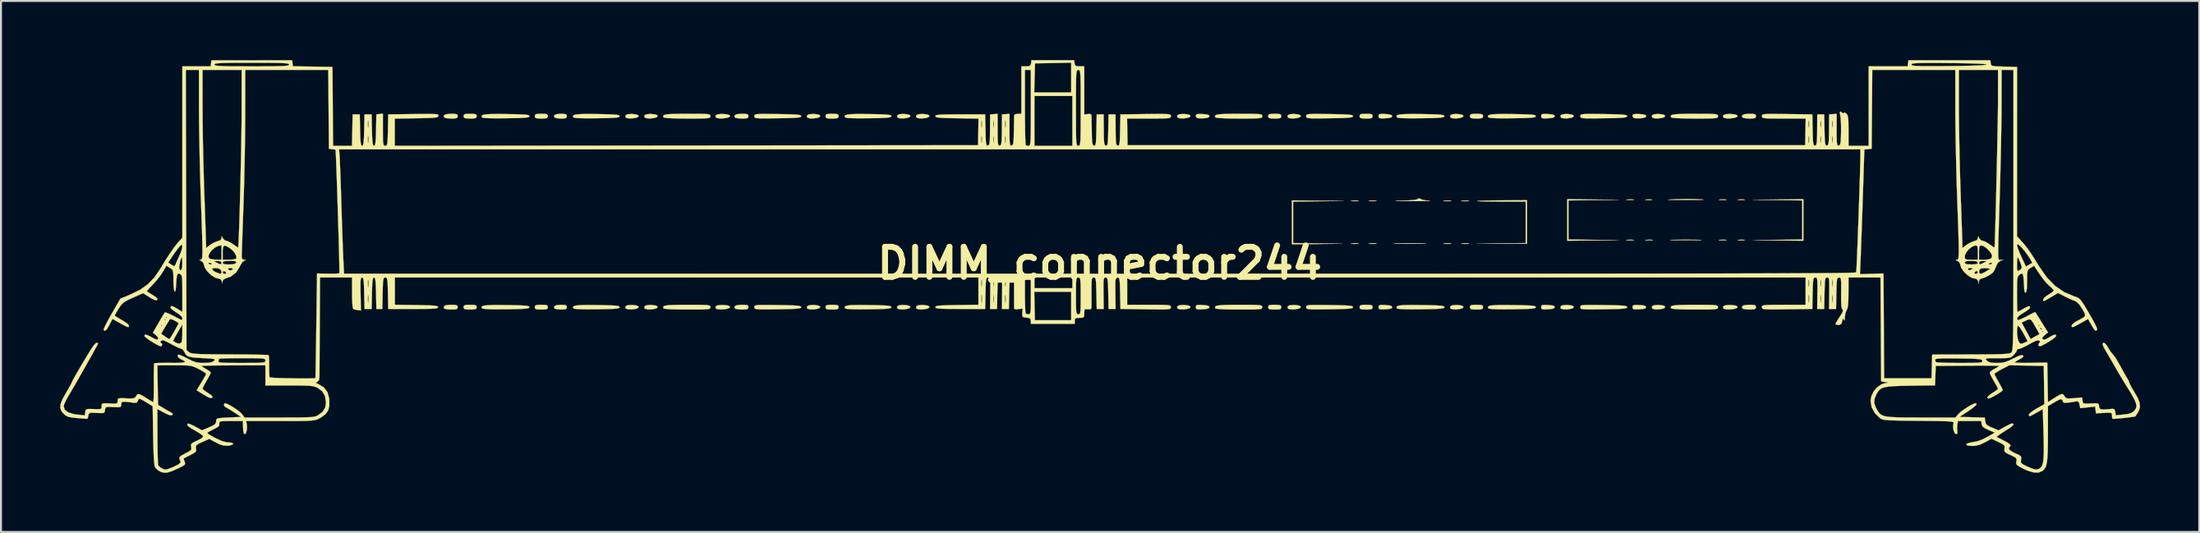
<source format=kicad_pcb>
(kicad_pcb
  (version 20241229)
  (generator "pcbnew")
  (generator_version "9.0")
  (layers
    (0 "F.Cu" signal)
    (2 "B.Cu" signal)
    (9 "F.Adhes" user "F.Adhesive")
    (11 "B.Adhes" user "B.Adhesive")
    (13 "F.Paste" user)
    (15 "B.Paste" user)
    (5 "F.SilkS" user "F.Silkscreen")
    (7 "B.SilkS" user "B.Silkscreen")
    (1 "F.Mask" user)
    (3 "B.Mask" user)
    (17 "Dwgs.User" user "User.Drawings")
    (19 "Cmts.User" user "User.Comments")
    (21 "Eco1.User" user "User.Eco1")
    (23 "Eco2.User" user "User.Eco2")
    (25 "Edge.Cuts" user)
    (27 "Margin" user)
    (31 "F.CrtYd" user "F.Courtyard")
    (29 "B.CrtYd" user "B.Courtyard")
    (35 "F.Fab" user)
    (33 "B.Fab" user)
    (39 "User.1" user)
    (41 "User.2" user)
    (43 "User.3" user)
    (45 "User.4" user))
  (footprint "DIMM_connector244"
    (layer "F.Cu")
    (at 52.725 10.307)
    (property "Reference" "DIMM_connector244" (at 0 0 0) (layer "F.SilkS") (effects (font (size 1.524 1.524) (thickness 0.3))))
    (attr through_hole)
    (fp_poly (pts (xy 12.369 -3.162) (xy 11.09 -3.145) (xy 9.811 -3.127) (xy 9.811 -1.026) (xy 12.309 -0.991) (xy 11.03 -0.977) (xy 9.751 -0.963) (xy 9.751 -3.19) (xy 12.369 -3.162)) (stroke (width 0.01) (type solid)) (fill yes) (layer "F.SilkS"))
    (fp_poly (pts (xy 13.106 -3.173) (xy 13.144 -3.16) (xy 13.075 -3.151) (xy 12.941 -3.148) (xy 12.792 -3.152) (xy 12.736 -3.161) (xy 12.775 -3.173) (xy 12.97 -3.183) (xy 13.106 -3.173)) (stroke (width 0.01) (type solid)) (fill yes) (layer "F.SilkS"))
    (fp_poly (pts (xy 13.106 -1.006) (xy 13.144 -0.993) (xy 13.075 -0.984) (xy 12.941 -0.981) (xy 12.792 -0.985) (xy 12.736 -0.995) (xy 12.775 -1.006) (xy 12.97 -1.016) (xy 13.106 -1.006)) (stroke (width 0.01) (type solid)) (fill yes) (layer "F.SilkS"))
    (fp_poly (pts (xy 14.009 -3.173) (xy 14.046 -3.16) (xy 13.978 -3.151) (xy 13.844 -3.148) (xy 13.695 -3.152) (xy 13.639 -3.161) (xy 13.678 -3.173) (xy 13.872 -3.183) (xy 14.009 -3.173)) (stroke (width 0.01) (type solid)) (fill yes) (layer "F.SilkS"))
    (fp_poly (pts (xy 14.009 -1.006) (xy 14.046 -0.993) (xy 13.978 -0.984) (xy 13.844 -0.981) (xy 13.695 -0.985) (xy 13.639 -0.995) (xy 13.678 -1.006) (xy 13.872 -1.016) (xy 14.009 -1.006)) (stroke (width 0.01) (type solid)) (fill yes) (layer "F.SilkS"))
    (fp_poly (pts (xy 17.801 -3.173) (xy 17.838 -3.16) (xy 17.77 -3.151) (xy 17.636 -3.148) (xy 17.487 -3.152) (xy 17.431 -3.161) (xy 17.47 -3.173) (xy 17.664 -3.183) (xy 17.801 -3.173)) (stroke (width 0.01) (type solid)) (fill yes) (layer "F.SilkS"))
    (fp_poly (pts (xy 17.801 -1.006) (xy 17.838 -0.993) (xy 17.77 -0.984) (xy 17.636 -0.981) (xy 17.487 -0.985) (xy 17.431 -0.995) (xy 17.47 -1.006) (xy 17.664 -1.016) (xy 17.801 -1.006)) (stroke (width 0.01) (type solid)) (fill yes) (layer "F.SilkS"))
    (fp_poly (pts (xy 18.704 -3.173) (xy 18.741 -3.16) (xy 18.673 -3.151) (xy 18.538 -3.148) (xy 18.39 -3.152) (xy 18.334 -3.161) (xy 18.373 -3.173) (xy 18.567 -3.183) (xy 18.704 -3.173)) (stroke (width 0.01) (type solid)) (fill yes) (layer "F.SilkS"))
    (fp_poly (pts (xy 18.704 -1.006) (xy 18.741 -0.993) (xy 18.673 -0.984) (xy 18.538 -0.981) (xy 18.39 -0.985) (xy 18.334 -0.995) (xy 18.373 -1.006) (xy 18.567 -1.016) (xy 18.704 -1.006)) (stroke (width 0.01) (type solid)) (fill yes) (layer "F.SilkS"))
    (fp_poly (pts (xy 25.024 -3.236) (xy 26.333 -3.223) (xy 25.054 -3.205) (xy 23.775 -3.188) (xy 23.775 -1.206) (xy 26.333 -1.171) (xy 23.715 -1.144) (xy 23.715 -3.25) (xy 25.024 -3.236)) (stroke (width 0.01) (type solid)) (fill yes) (layer "F.SilkS"))
    (fp_poly (pts (xy 27.07 -3.233) (xy 27.108 -3.22) (xy 27.039 -3.211) (xy 26.905 -3.208) (xy 26.756 -3.212) (xy 26.7 -3.222) (xy 26.739 -3.233) (xy 26.934 -3.243) (xy 27.07 -3.233)) (stroke (width 0.01) (type solid)) (fill yes) (layer "F.SilkS"))
    (fp_poly (pts (xy 27.07 -1.187) (xy 27.108 -1.174) (xy 27.039 -1.165) (xy 26.905 -1.162) (xy 26.756 -1.165) (xy 26.7 -1.175) (xy 26.739 -1.187) (xy 26.934 -1.197) (xy 27.07 -1.187)) (stroke (width 0.01) (type solid)) (fill yes) (layer "F.SilkS"))
    (fp_poly (pts (xy 28.004 -3.232) (xy 28.028 -3.218) (xy 27.949 -3.209) (xy 27.838 -3.207) (xy 27.701 -3.212) (xy 27.661 -3.223) (xy 27.703 -3.233) (xy 27.881 -3.243) (xy 28.004 -3.232)) (stroke (width 0.01) (type solid)) (fill yes) (layer "F.SilkS"))
    (fp_poly (pts (xy 28.033 -1.187) (xy 28.071 -1.174) (xy 28.002 -1.165) (xy 27.868 -1.162) (xy 27.719 -1.165) (xy 27.663 -1.175) (xy 27.702 -1.187) (xy 27.897 -1.197) (xy 28.033 -1.187)) (stroke (width 0.01) (type solid)) (fill yes) (layer "F.SilkS"))
    (fp_poly (pts (xy 31.765 -3.233) (xy 31.802 -3.22) (xy 31.734 -3.211) (xy 31.6 -3.208) (xy 31.451 -3.212) (xy 31.395 -3.222) (xy 31.434 -3.233) (xy 31.628 -3.243) (xy 31.765 -3.233)) (stroke (width 0.01) (type solid)) (fill yes) (layer "F.SilkS"))
    (fp_poly (pts (xy 31.765 -1.187) (xy 31.802 -1.174) (xy 31.734 -1.165) (xy 31.6 -1.162) (xy 31.451 -1.165) (xy 31.395 -1.175) (xy 31.434 -1.187) (xy 31.628 -1.197) (xy 31.765 -1.187)) (stroke (width 0.01) (type solid)) (fill yes) (layer "F.SilkS"))
    (fp_poly (pts (xy 32.699 -3.232) (xy 32.723 -3.218) (xy 32.644 -3.209) (xy 32.532 -3.207) (xy 32.396 -3.212) (xy 32.356 -3.223) (xy 32.398 -3.233) (xy 32.576 -3.243) (xy 32.699 -3.232)) (stroke (width 0.01) (type solid)) (fill yes) (layer "F.SilkS"))
    (fp_poly (pts (xy 32.699 -1.186) (xy 32.723 -1.172) (xy 32.644 -1.163) (xy 32.532 -1.161) (xy 32.396 -1.165) (xy 32.356 -1.176) (xy 32.398 -1.187) (xy 32.576 -1.197) (xy 32.699 -1.186)) (stroke (width 0.01) (type solid)) (fill yes) (layer "F.SilkS"))
    (fp_poly (pts (xy 35.692 -1.144) (xy 34.413 -1.157) (xy 33.134 -1.171) (xy 34.383 -1.189) (xy 35.632 -1.206) (xy 35.632 -3.188) (xy 34.383 -3.205) (xy 33.134 -3.223) (xy 34.413 -3.236) (xy 35.692 -3.25) (xy 35.692 -1.144)) (stroke (width 0.01) (type solid)) (fill yes) (layer "F.SilkS"))
    (fp_poly (pts (xy -23.678 -7.572) (xy -23.486 -7.548) (xy -23.396 -7.502) (xy -23.384 -7.464) (xy -23.437 -7.408) (xy -23.568 -7.369) (xy -23.736 -7.349) (xy -23.901 -7.352) (xy -24.019 -7.381) (xy -24.047 -7.406) (xy -24.058 -7.498) (xy -23.961 -7.557) (xy -23.767 -7.576) (xy -23.678 -7.572)) (stroke (width 0.01) (type solid)) (fill yes) (layer "F.SilkS"))
    (fp_poly (pts (xy -23.678 2.118) (xy -23.486 2.142) (xy -23.396 2.188) (xy -23.384 2.227) (xy -23.437 2.282) (xy -23.568 2.321) (xy -23.736 2.342) (xy -23.901 2.339) (xy -24.019 2.309) (xy -24.047 2.285) (xy -24.058 2.192) (xy -23.961 2.134) (xy -23.767 2.115) (xy -23.678 2.118)) (stroke (width 0.01) (type solid)) (fill yes) (layer "F.SilkS"))
    (fp_poly (pts (xy -22.715 -7.572) (xy -22.523 -7.548) (xy -22.433 -7.502) (xy -22.421 -7.464) (xy -22.474 -7.408) (xy -22.605 -7.369) (xy -22.773 -7.349) (xy -22.938 -7.352) (xy -23.056 -7.381) (xy -23.084 -7.406) (xy -23.095 -7.498) (xy -22.998 -7.557) (xy -22.804 -7.576) (xy -22.715 -7.572)) (stroke (width 0.01) (type solid)) (fill yes) (layer "F.SilkS"))
    (fp_poly (pts (xy -22.715 2.118) (xy -22.523 2.142) (xy -22.433 2.188) (xy -22.421 2.227) (xy -22.474 2.282) (xy -22.605 2.321) (xy -22.773 2.342) (xy -22.938 2.339) (xy -23.056 2.309) (xy -23.084 2.285) (xy -23.095 2.192) (xy -22.998 2.134) (xy -22.804 2.115) (xy -22.715 2.118)) (stroke (width 0.01) (type solid)) (fill yes) (layer "F.SilkS"))
    (fp_poly (pts (xy -19.074 -7.572) (xy -18.872 -7.551) (xy -18.771 -7.512) (xy -18.749 -7.464) (xy -18.802 -7.41) (xy -18.936 -7.372) (xy -19.11 -7.35) (xy -19.285 -7.349) (xy -19.421 -7.372) (xy -19.473 -7.406) (xy -19.484 -7.498) (xy -19.385 -7.556) (xy -19.182 -7.576) (xy -19.074 -7.572)) (stroke (width 0.01) (type solid)) (fill yes) (layer "F.SilkS"))
    (fp_poly (pts (xy -19.074 2.118) (xy -18.872 2.14) (xy -18.771 2.179) (xy -18.749 2.227) (xy -18.802 2.28) (xy -18.936 2.319) (xy -19.11 2.34) (xy -19.285 2.341) (xy -19.421 2.319) (xy -19.473 2.285) (xy -19.484 2.192) (xy -19.385 2.135) (xy -19.182 2.115) (xy -19.074 2.118)) (stroke (width 0.01) (type solid)) (fill yes) (layer "F.SilkS"))
    (fp_poly (pts (xy -14.469 -7.572) (xy -14.277 -7.548) (xy -14.187 -7.502) (xy -14.175 -7.464) (xy -14.228 -7.408) (xy -14.359 -7.369) (xy -14.527 -7.349) (xy -14.692 -7.352) (xy -14.81 -7.381) (xy -14.838 -7.406) (xy -14.849 -7.498) (xy -14.752 -7.557) (xy -14.558 -7.576) (xy -14.469 -7.572)) (stroke (width 0.01) (type solid)) (fill yes) (layer "F.SilkS"))
    (fp_poly (pts (xy -14.469 2.118) (xy -14.277 2.142) (xy -14.187 2.188) (xy -14.175 2.227) (xy -14.228 2.282) (xy -14.359 2.321) (xy -14.527 2.342) (xy -14.692 2.339) (xy -14.81 2.309) (xy -14.838 2.285) (xy -14.849 2.192) (xy -14.752 2.134) (xy -14.558 2.115) (xy -14.469 2.118)) (stroke (width 0.01) (type solid)) (fill yes) (layer "F.SilkS"))
    (fp_poly (pts (xy -9.895 -7.572) (xy -9.703 -7.548) (xy -9.613 -7.502) (xy -9.6 -7.464) (xy -9.653 -7.408) (xy -9.785 -7.369) (xy -9.953 -7.349) (xy -10.117 -7.352) (xy -10.236 -7.381) (xy -10.264 -7.406) (xy -10.274 -7.498) (xy -10.178 -7.557) (xy -9.984 -7.576) (xy -9.895 -7.572)) (stroke (width 0.01) (type solid)) (fill yes) (layer "F.SilkS"))
    (fp_poly (pts (xy -9.895 2.118) (xy -9.703 2.142) (xy -9.613 2.188) (xy -9.6 2.227) (xy -9.653 2.282) (xy -9.785 2.321) (xy -9.953 2.342) (xy -10.117 2.339) (xy -10.236 2.309) (xy -10.264 2.285) (xy -10.274 2.192) (xy -10.178 2.134) (xy -9.984 2.115) (xy -9.895 2.118)) (stroke (width 0.01) (type solid)) (fill yes) (layer "F.SilkS"))
    (fp_poly (pts (xy -8.932 -7.572) (xy -8.74 -7.548) (xy -8.65 -7.502) (xy -8.637 -7.464) (xy -8.69 -7.408) (xy -8.822 -7.369) (xy -8.99 -7.349) (xy -9.154 -7.352) (xy -9.273 -7.381) (xy -9.301 -7.406) (xy -9.311 -7.498) (xy -9.215 -7.557) (xy -9.021 -7.576) (xy -8.932 -7.572)) (stroke (width 0.01) (type solid)) (fill yes) (layer "F.SilkS"))
    (fp_poly (pts (xy -8.932 2.118) (xy -8.74 2.142) (xy -8.65 2.188) (xy -8.637 2.227) (xy -8.69 2.282) (xy -8.822 2.321) (xy -8.99 2.342) (xy -9.154 2.339) (xy -9.273 2.309) (xy -9.301 2.285) (xy -9.311 2.192) (xy -9.215 2.134) (xy -9.021 2.115) (xy -8.932 2.118)) (stroke (width 0.01) (type solid)) (fill yes) (layer "F.SilkS"))
    (fp_poly (pts (xy 4.31 -7.572) (xy 4.502 -7.548) (xy 4.592 -7.502) (xy 4.605 -7.464) (xy 4.552 -7.408) (xy 4.42 -7.369) (xy 4.252 -7.349) (xy 4.088 -7.352) (xy 3.969 -7.381) (xy 3.941 -7.406) (xy 3.93 -7.498) (xy 4.027 -7.557) (xy 4.221 -7.576) (xy 4.31 -7.572)) (stroke (width 0.01) (type solid)) (fill yes) (layer "F.SilkS"))
    (fp_poly (pts (xy 4.31 2.118) (xy 4.502 2.142) (xy 4.592 2.188) (xy 4.605 2.227) (xy 4.552 2.282) (xy 4.42 2.321) (xy 4.252 2.342) (xy 4.088 2.339) (xy 3.969 2.309) (xy 3.941 2.285) (xy 3.93 2.192) (xy 4.027 2.134) (xy 4.221 2.115) (xy 4.31 2.118)) (stroke (width 0.01) (type solid)) (fill yes) (layer "F.SilkS"))
    (fp_poly (pts (xy 9.908 -7.572) (xy 10.099 -7.548) (xy 10.189 -7.502) (xy 10.202 -7.464) (xy 10.149 -7.408) (xy 10.018 -7.369) (xy 9.849 -7.349) (xy 9.685 -7.352) (xy 9.567 -7.381) (xy 9.539 -7.406) (xy 9.528 -7.498) (xy 9.625 -7.557) (xy 9.819 -7.576) (xy 9.908 -7.572)) (stroke (width 0.01) (type solid)) (fill yes) (layer "F.SilkS"))
    (fp_poly (pts (xy 9.908 2.118) (xy 10.099 2.142) (xy 10.189 2.188) (xy 10.202 2.227) (xy 10.149 2.282) (xy 10.018 2.321) (xy 9.849 2.342) (xy 9.685 2.339) (xy 9.567 2.309) (xy 9.539 2.285) (xy 9.528 2.192) (xy 9.625 2.134) (xy 9.819 2.115) (xy 9.908 2.118)) (stroke (width 0.01) (type solid)) (fill yes) (layer "F.SilkS"))
    (fp_poly (pts (xy 18.154 -7.572) (xy 18.345 -7.548) (xy 18.435 -7.502) (xy 18.448 -7.464) (xy 18.395 -7.408) (xy 18.264 -7.369) (xy 18.095 -7.349) (xy 17.931 -7.352) (xy 17.813 -7.381) (xy 17.785 -7.406) (xy 17.774 -7.498) (xy 17.871 -7.557) (xy 18.065 -7.576) (xy 18.154 -7.572)) (stroke (width 0.01) (type solid)) (fill yes) (layer "F.SilkS"))
    (fp_poly (pts (xy 18.154 2.118) (xy 18.345 2.142) (xy 18.435 2.188) (xy 18.448 2.227) (xy 18.395 2.282) (xy 18.264 2.321) (xy 18.095 2.342) (xy 17.931 2.339) (xy 17.813 2.309) (xy 17.785 2.285) (xy 17.774 2.192) (xy 17.871 2.134) (xy 18.065 2.115) (xy 18.154 2.118)) (stroke (width 0.01) (type solid)) (fill yes) (layer "F.SilkS"))
    (fp_poly (pts (xy 23.751 -7.572) (xy 23.943 -7.548) (xy 24.033 -7.502) (xy 24.046 -7.464) (xy 23.993 -7.408) (xy 23.861 -7.369) (xy 23.693 -7.349) (xy 23.529 -7.352) (xy 23.41 -7.381) (xy 23.382 -7.406) (xy 23.372 -7.498) (xy 23.468 -7.557) (xy 23.662 -7.576) (xy 23.751 -7.572)) (stroke (width 0.01) (type solid)) (fill yes) (layer "F.SilkS"))
    (fp_poly (pts (xy 23.751 2.118) (xy 23.943 2.142) (xy 24.033 2.188) (xy 24.046 2.227) (xy 23.993 2.282) (xy 23.861 2.321) (xy 23.693 2.342) (xy 23.529 2.339) (xy 23.41 2.309) (xy 23.382 2.285) (xy 23.372 2.192) (xy 23.468 2.134) (xy 23.662 2.115) (xy 23.751 2.118)) (stroke (width 0.01) (type solid)) (fill yes) (layer "F.SilkS"))
    (fp_poly (pts (xy 28.386 -7.572) (xy 28.578 -7.548) (xy 28.668 -7.502) (xy 28.68 -7.464) (xy 28.627 -7.408) (xy 28.496 -7.369) (xy 28.328 -7.349) (xy 28.163 -7.352) (xy 28.045 -7.381) (xy 28.017 -7.406) (xy 28.006 -7.498) (xy 28.103 -7.557) (xy 28.297 -7.576) (xy 28.386 -7.572)) (stroke (width 0.01) (type solid)) (fill yes) (layer "F.SilkS"))
    (fp_poly (pts (xy 28.386 2.118) (xy 28.578 2.142) (xy 28.668 2.188) (xy 28.68 2.227) (xy 28.627 2.282) (xy 28.496 2.321) (xy 28.328 2.342) (xy 28.163 2.339) (xy 28.045 2.309) (xy 28.017 2.285) (xy 28.006 2.192) (xy 28.103 2.134) (xy 28.297 2.115) (xy 28.386 2.118)) (stroke (width 0.01) (type solid)) (fill yes) (layer "F.SilkS"))
    (fp_poly (pts (xy 32.027 -7.572) (xy 32.229 -7.551) (xy 32.33 -7.512) (xy 32.352 -7.464) (xy 32.299 -7.41) (xy 32.165 -7.372) (xy 31.991 -7.35) (xy 31.816 -7.349) (xy 31.68 -7.372) (xy 31.628 -7.406) (xy 31.617 -7.498) (xy 31.716 -7.556) (xy 31.919 -7.576) (xy 32.027 -7.572)) (stroke (width 0.01) (type solid)) (fill yes) (layer "F.SilkS"))
    (fp_poly (pts (xy 32.027 2.118) (xy 32.229 2.14) (xy 32.33 2.179) (xy 32.352 2.227) (xy 32.299 2.28) (xy 32.165 2.319) (xy 31.991 2.34) (xy 31.816 2.341) (xy 31.68 2.319) (xy 31.628 2.285) (xy 31.617 2.192) (xy 31.716 2.135) (xy 31.919 2.115) (xy 32.027 2.118)) (stroke (width 0.01) (type solid)) (fill yes) (layer "F.SilkS"))
    (fp_poly (pts (xy 5.221 2.119) (xy 5.43 2.138) (xy 5.538 2.174) (xy 5.568 2.227) (xy 5.534 2.283) (xy 5.42 2.317) (xy 5.221 2.335) (xy 5.026 2.342) (xy 4.922 2.328) (xy 4.882 2.287) (xy 4.875 2.227) (xy 4.886 2.156) (xy 4.937 2.121) (xy 5.057 2.112) (xy 5.221 2.119)) (stroke (width 0.01) (type solid)) (fill yes) (layer "F.SilkS"))
    (fp_poly (pts (xy 14.491 -7.572) (xy 14.699 -7.552) (xy 14.807 -7.517) (xy 14.837 -7.464) (xy 14.803 -7.407) (xy 14.689 -7.373) (xy 14.491 -7.355) (xy 14.295 -7.349) (xy 14.192 -7.362) (xy 14.151 -7.404) (xy 14.145 -7.464) (xy 14.155 -7.534) (xy 14.206 -7.57) (xy 14.326 -7.578) (xy 14.491 -7.572)) (stroke (width 0.01) (type solid)) (fill yes) (layer "F.SilkS"))
    (fp_poly (pts (xy 14.491 2.119) (xy 14.699 2.138) (xy 14.807 2.174) (xy 14.837 2.227) (xy 14.803 2.283) (xy 14.689 2.317) (xy 14.491 2.335) (xy 14.295 2.342) (xy 14.192 2.328) (xy 14.151 2.287) (xy 14.145 2.227) (xy 14.155 2.156) (xy 14.206 2.121) (xy 14.326 2.112) (xy 14.491 2.119)) (stroke (width 0.01) (type solid)) (fill yes) (layer "F.SilkS"))
    (fp_poly (pts (xy 22.737 -7.572) (xy 22.945 -7.552) (xy 23.053 -7.517) (xy 23.083 -7.464) (xy 23.049 -7.407) (xy 22.935 -7.373) (xy 22.737 -7.355) (xy 22.541 -7.349) (xy 22.437 -7.362) (xy 22.397 -7.404) (xy 22.391 -7.464) (xy 22.401 -7.534) (xy 22.452 -7.57) (xy 22.572 -7.578) (xy 22.737 -7.572)) (stroke (width 0.01) (type solid)) (fill yes) (layer "F.SilkS"))
    (fp_poly (pts (xy 22.737 2.119) (xy 22.945 2.138) (xy 23.053 2.174) (xy 23.083 2.227) (xy 23.049 2.283) (xy 22.935 2.317) (xy 22.737 2.335) (xy 22.541 2.342) (xy 22.437 2.328) (xy 22.397 2.287) (xy 22.391 2.227) (xy 22.401 2.156) (xy 22.452 2.121) (xy 22.572 2.112) (xy 22.737 2.119)) (stroke (width 0.01) (type solid)) (fill yes) (layer "F.SilkS"))
    (fp_poly (pts (xy 27.371 2.119) (xy 27.579 2.138) (xy 27.688 2.174) (xy 27.717 2.227) (xy 27.684 2.283) (xy 27.57 2.317) (xy 27.371 2.335) (xy 27.176 2.342) (xy 27.072 2.328) (xy 27.031 2.287) (xy 27.025 2.227) (xy 27.036 2.156) (xy 27.087 2.121) (xy 27.207 2.112) (xy 27.371 2.119)) (stroke (width 0.01) (type solid)) (fill yes) (layer "F.SilkS"))
    (fp_poly (pts (xy -32.7 -7.579) (xy -32.601 -7.556) (xy -32.566 -7.504) (xy -32.563 -7.464) (xy -32.577 -7.394) (xy -32.64 -7.357) (xy -32.779 -7.344) (xy -32.89 -7.343) (xy -33.079 -7.353) (xy -33.214 -7.38) (xy -33.255 -7.403) (xy -33.268 -7.498) (xy -33.168 -7.558) (xy -32.954 -7.583) (xy -32.89 -7.584) (xy -32.7 -7.579)) (stroke (width 0.01) (type solid)) (fill yes) (layer "F.SilkS"))
    (fp_poly (pts (xy -32.7 2.112) (xy -32.601 2.135) (xy -32.566 2.186) (xy -32.563 2.227) (xy -32.577 2.297) (xy -32.64 2.333) (xy -32.779 2.346) (xy -32.89 2.347) (xy -33.079 2.337) (xy -33.214 2.311) (xy -33.255 2.287) (xy -33.268 2.192) (xy -33.168 2.132) (xy -32.954 2.108) (xy -32.89 2.107) (xy -32.7 2.112)) (stroke (width 0.01) (type solid)) (fill yes) (layer "F.SilkS"))
    (fp_poly (pts (xy -27.143 -7.577) (xy -27.054 -7.55) (xy -27.026 -7.489) (xy -27.025 -7.464) (xy -27.041 -7.391) (xy -27.109 -7.355) (xy -27.259 -7.344) (xy -27.323 -7.343) (xy -27.502 -7.354) (xy -27.627 -7.383) (xy -27.657 -7.403) (xy -27.67 -7.499) (xy -27.57 -7.56) (xy -27.358 -7.584) (xy -27.323 -7.584) (xy -27.143 -7.577)) (stroke (width 0.01) (type solid)) (fill yes) (layer "F.SilkS"))
    (fp_poly (pts (xy -27.143 2.113) (xy -27.054 2.141) (xy -27.026 2.201) (xy -27.025 2.227) (xy -27.041 2.3) (xy -27.109 2.336) (xy -27.259 2.347) (xy -27.323 2.347) (xy -27.502 2.336) (xy -27.627 2.308) (xy -27.657 2.287) (xy -27.67 2.191) (xy -27.57 2.131) (xy -27.358 2.107) (xy -27.323 2.107) (xy -27.143 2.113)) (stroke (width 0.01) (type solid)) (fill yes) (layer "F.SilkS"))
    (fp_poly (pts (xy -17.954 -7.579) (xy -17.855 -7.556) (xy -17.819 -7.504) (xy -17.816 -7.464) (xy -17.831 -7.394) (xy -17.893 -7.357) (xy -18.033 -7.344) (xy -18.144 -7.343) (xy -18.332 -7.353) (xy -18.467 -7.38) (xy -18.508 -7.403) (xy -18.522 -7.498) (xy -18.422 -7.558) (xy -18.208 -7.583) (xy -18.144 -7.584) (xy -17.954 -7.579)) (stroke (width 0.01) (type solid)) (fill yes) (layer "F.SilkS"))
    (fp_poly (pts (xy -17.954 2.112) (xy -17.855 2.135) (xy -17.819 2.186) (xy -17.816 2.227) (xy -17.831 2.297) (xy -17.893 2.333) (xy -18.033 2.346) (xy -18.144 2.347) (xy -18.332 2.337) (xy -18.467 2.311) (xy -18.508 2.287) (xy -18.522 2.192) (xy -18.422 2.132) (xy -18.208 2.108) (xy -18.144 2.107) (xy -17.954 2.112)) (stroke (width 0.01) (type solid)) (fill yes) (layer "F.SilkS"))
    (fp_poly (pts (xy 5.217 -7.572) (xy 5.221 -7.572) (xy 5.43 -7.552) (xy 5.538 -7.517) (xy 5.568 -7.464) (xy 5.529 -7.403) (xy 5.403 -7.368) (xy 5.264 -7.355) (xy 5.082 -7.353) (xy 4.952 -7.367) (xy 4.918 -7.381) (xy 4.878 -7.474) (xy 4.875 -7.507) (xy 4.906 -7.555) (xy 5.013 -7.575) (xy 5.217 -7.572)) (stroke (width 0.01) (type solid)) (fill yes) (layer "F.SilkS"))
    (fp_poly (pts (xy 27.367 -7.572) (xy 27.371 -7.572) (xy 27.579 -7.552) (xy 27.688 -7.517) (xy 27.717 -7.464) (xy 27.679 -7.403) (xy 27.553 -7.368) (xy 27.414 -7.355) (xy 27.232 -7.353) (xy 27.102 -7.367) (xy 27.068 -7.381) (xy 27.028 -7.474) (xy 27.025 -7.507) (xy 27.056 -7.555) (xy 27.163 -7.575) (xy 27.367 -7.572)) (stroke (width 0.01) (type solid)) (fill yes) (layer "F.SilkS"))
    (fp_poly (pts (xy 33.147 -7.579) (xy 33.246 -7.556) (xy 33.282 -7.504) (xy 33.285 -7.464) (xy 33.27 -7.394) (xy 33.208 -7.357) (xy 33.068 -7.344) (xy 32.957 -7.343) (xy 32.769 -7.353) (xy 32.634 -7.38) (xy 32.593 -7.403) (xy 32.579 -7.498) (xy 32.679 -7.558) (xy 32.893 -7.583) (xy 32.957 -7.584) (xy 33.147 -7.579)) (stroke (width 0.01) (type solid)) (fill yes) (layer "F.SilkS"))
    (fp_poly (pts (xy 33.147 2.112) (xy 33.246 2.135) (xy 33.282 2.186) (xy 33.285 2.227) (xy 33.27 2.297) (xy 33.208 2.333) (xy 33.068 2.346) (xy 32.957 2.347) (xy 32.769 2.337) (xy 32.634 2.311) (xy 32.593 2.287) (xy 32.579 2.192) (xy 32.679 2.132) (xy 32.893 2.108) (xy 32.957 2.107) (xy 33.147 2.112)) (stroke (width 0.01) (type solid)) (fill yes) (layer "F.SilkS"))
    (fp_poly (pts (xy -31.739 -7.579) (xy -31.64 -7.556) (xy -31.603 -7.506) (xy -31.6 -7.464) (xy -31.614 -7.394) (xy -31.676 -7.358) (xy -31.814 -7.344) (xy -31.931 -7.343) (xy -32.122 -7.348) (xy -32.222 -7.371) (xy -32.258 -7.421) (xy -32.262 -7.464) (xy -32.247 -7.533) (xy -32.185 -7.569) (xy -32.047 -7.583) (xy -31.931 -7.584) (xy -31.739 -7.579)) (stroke (width 0.01) (type solid)) (fill yes) (layer "F.SilkS"))
    (fp_poly (pts (xy -31.739 2.112) (xy -31.64 2.134) (xy -31.603 2.185) (xy -31.6 2.227) (xy -31.614 2.297) (xy -31.676 2.333) (xy -31.814 2.346) (xy -31.931 2.347) (xy -32.122 2.342) (xy -32.222 2.32) (xy -32.258 2.269) (xy -32.262 2.227) (xy -32.247 2.157) (xy -32.185 2.121) (xy -32.047 2.108) (xy -31.931 2.107) (xy -31.739 2.112)) (stroke (width 0.01) (type solid)) (fill yes) (layer "F.SilkS"))
    (fp_poly (pts (xy -28.128 -7.579) (xy -28.028 -7.556) (xy -27.992 -7.506) (xy -27.988 -7.464) (xy -28.003 -7.394) (xy -28.065 -7.358) (xy -28.203 -7.344) (xy -28.319 -7.343) (xy -28.511 -7.348) (xy -28.61 -7.371) (xy -28.647 -7.421) (xy -28.65 -7.464) (xy -28.636 -7.533) (xy -28.574 -7.569) (xy -28.435 -7.583) (xy -28.319 -7.584) (xy -28.128 -7.579)) (stroke (width 0.01) (type solid)) (fill yes) (layer "F.SilkS"))
    (fp_poly (pts (xy -28.128 2.112) (xy -28.028 2.134) (xy -27.992 2.185) (xy -27.988 2.227) (xy -28.003 2.297) (xy -28.065 2.333) (xy -28.203 2.346) (xy -28.319 2.347) (xy -28.511 2.342) (xy -28.61 2.32) (xy -28.647 2.269) (xy -28.65 2.227) (xy -28.636 2.157) (xy -28.574 2.121) (xy -28.435 2.108) (xy -28.319 2.107) (xy -28.128 2.112)) (stroke (width 0.01) (type solid)) (fill yes) (layer "F.SilkS"))
    (fp_poly (pts (xy -13.381 -7.579) (xy -13.282 -7.556) (xy -13.245 -7.506) (xy -13.242 -7.464) (xy -13.256 -7.394) (xy -13.318 -7.358) (xy -13.457 -7.344) (xy -13.573 -7.343) (xy -13.764 -7.348) (xy -13.864 -7.371) (xy -13.9 -7.421) (xy -13.904 -7.464) (xy -13.889 -7.533) (xy -13.827 -7.569) (xy -13.689 -7.583) (xy -13.573 -7.584) (xy -13.381 -7.579)) (stroke (width 0.01) (type solid)) (fill yes) (layer "F.SilkS"))
    (fp_poly (pts (xy -13.381 2.112) (xy -13.282 2.134) (xy -13.245 2.185) (xy -13.242 2.227) (xy -13.256 2.297) (xy -13.318 2.333) (xy -13.457 2.346) (xy -13.573 2.347) (xy -13.764 2.342) (xy -13.864 2.32) (xy -13.9 2.269) (xy -13.904 2.227) (xy -13.889 2.157) (xy -13.827 2.121) (xy -13.689 2.108) (xy -13.573 2.107) (xy -13.381 2.112)) (stroke (width 0.01) (type solid)) (fill yes) (layer "F.SilkS"))
    (fp_poly (pts (xy 9.069 -7.579) (xy 9.169 -7.556) (xy 9.205 -7.506) (xy 9.209 -7.464) (xy 9.195 -7.394) (xy 9.133 -7.358) (xy 8.994 -7.344) (xy 8.878 -7.343) (xy 8.687 -7.348) (xy 8.587 -7.371) (xy 8.55 -7.421) (xy 8.547 -7.464) (xy 8.561 -7.533) (xy 8.623 -7.569) (xy 8.762 -7.583) (xy 8.878 -7.584) (xy 9.069 -7.579)) (stroke (width 0.01) (type solid)) (fill yes) (layer "F.SilkS"))
    (fp_poly (pts (xy 9.069 2.112) (xy 9.169 2.134) (xy 9.205 2.185) (xy 9.209 2.227) (xy 9.195 2.297) (xy 9.133 2.333) (xy 8.994 2.346) (xy 8.878 2.347) (xy 8.687 2.342) (xy 8.587 2.32) (xy 8.55 2.269) (xy 8.547 2.227) (xy 8.561 2.157) (xy 8.623 2.121) (xy 8.762 2.108) (xy 8.878 2.107) (xy 9.069 2.112)) (stroke (width 0.01) (type solid)) (fill yes) (layer "F.SilkS"))
    (fp_poly (pts (xy 13.704 -7.579) (xy 13.804 -7.556) (xy 13.84 -7.506) (xy 13.844 -7.464) (xy 13.829 -7.394) (xy 13.767 -7.358) (xy 13.629 -7.344) (xy 13.513 -7.343) (xy 13.321 -7.348) (xy 13.222 -7.371) (xy 13.185 -7.421) (xy 13.182 -7.464) (xy 13.196 -7.533) (xy 13.258 -7.569) (xy 13.396 -7.583) (xy 13.513 -7.584) (xy 13.704 -7.579)) (stroke (width 0.01) (type solid)) (fill yes) (layer "F.SilkS"))
    (fp_poly (pts (xy 13.704 2.112) (xy 13.804 2.134) (xy 13.84 2.185) (xy 13.844 2.227) (xy 13.829 2.297) (xy 13.767 2.333) (xy 13.629 2.346) (xy 13.513 2.347) (xy 13.321 2.342) (xy 13.222 2.32) (xy 13.185 2.269) (xy 13.182 2.227) (xy 13.196 2.157) (xy 13.258 2.121) (xy 13.396 2.108) (xy 13.513 2.107) (xy 13.704 2.112)) (stroke (width 0.01) (type solid)) (fill yes) (layer "F.SilkS"))
    (fp_poly (pts (xy 16.219 -1.012) (xy 16.383 -1.008) (xy 16.519 -1.003) (xy 16.542 -0.998) (xy 16.459 -0.994) (xy 16.277 -0.991) (xy 16.002 -0.989) (xy 15.74 -0.989) (xy 15.398 -0.989) (xy 15.142 -0.992) (xy 14.977 -0.995) (xy 14.912 -0.999) (xy 14.955 -1.004) (xy 15.059 -1.008) (xy 15.414 -1.014) (xy 15.823 -1.016) (xy 16.219 -1.012)) (stroke (width 0.01) (type solid)) (fill yes) (layer "F.SilkS"))
    (fp_poly (pts (xy 19.301 -7.579) (xy 19.401 -7.556) (xy 19.438 -7.506) (xy 19.441 -7.464) (xy 19.427 -7.394) (xy 19.365 -7.358) (xy 19.226 -7.344) (xy 19.11 -7.343) (xy 18.919 -7.348) (xy 18.819 -7.371) (xy 18.783 -7.421) (xy 18.779 -7.464) (xy 18.794 -7.533) (xy 18.856 -7.569) (xy 18.994 -7.583) (xy 19.11 -7.584) (xy 19.301 -7.579)) (stroke (width 0.01) (type solid)) (fill yes) (layer "F.SilkS"))
    (fp_poly (pts (xy 19.301 2.112) (xy 19.401 2.134) (xy 19.438 2.185) (xy 19.441 2.227) (xy 19.427 2.297) (xy 19.365 2.333) (xy 19.226 2.346) (xy 19.11 2.347) (xy 18.919 2.342) (xy 18.819 2.32) (xy 18.783 2.269) (xy 18.779 2.227) (xy 18.794 2.157) (xy 18.856 2.121) (xy 18.994 2.108) (xy 19.11 2.107) (xy 19.301 2.112)) (stroke (width 0.01) (type solid)) (fill yes) (layer "F.SilkS"))
    (fp_poly (pts (xy 30.259 -1.192) (xy 30.381 -1.189) (xy 30.51 -1.183) (xy 30.526 -1.178) (xy 30.436 -1.174) (xy 30.249 -1.171) (xy 29.97 -1.17) (xy 29.734 -1.169) (xy 29.398 -1.17) (xy 29.148 -1.172) (xy 28.991 -1.175) (xy 28.935 -1.18) (xy 28.986 -1.185) (xy 29.087 -1.189) (xy 29.452 -1.195) (xy 29.867 -1.196) (xy 30.259 -1.192)) (stroke (width 0.01) (type solid)) (fill yes) (layer "F.SilkS"))
    (fp_poly (pts (xy 30.257 -3.253) (xy 30.426 -3.246) (xy 30.582 -3.235) (xy 30.623 -3.226) (xy 30.546 -3.219) (xy 30.351 -3.214) (xy 30.038 -3.212) (xy 29.734 -3.211) (xy 29.337 -3.212) (xy 29.057 -3.214) (xy 28.889 -3.217) (xy 28.831 -3.223) (xy 28.878 -3.23) (xy 29.026 -3.24) (xy 29.132 -3.246) (xy 29.492 -3.257) (xy 29.887 -3.26) (xy 30.257 -3.253)) (stroke (width 0.01) (type solid)) (fill yes) (layer "F.SilkS"))
    (fp_poly (pts (xy 21.674 -2.096) (xy 21.674 -0.993) (xy 19.11 -0.989) (xy 20.359 -1.007) (xy 21.608 -1.026) (xy 21.608 -3.13) (xy 20.364 -3.13) (xy 19.994 -3.131) (xy 19.67 -3.135) (xy 19.411 -3.14) (xy 19.232 -3.147) (xy 19.151 -3.155) (xy 19.148 -3.158) (xy 19.214 -3.166) (xy 19.382 -3.175) (xy 19.634 -3.182) (xy 19.952 -3.188) (xy 20.317 -3.192) (xy 20.425 -3.192) (xy 21.674 -3.199) (xy 21.674 -2.096)) (stroke (width 0.01) (type solid)) (fill yes) (layer "F.SilkS"))
    (fp_poly (pts (xy 16.264 -3.265) (xy 16.365 -3.224) (xy 16.544 -3.191) (xy 16.705 -3.175) (xy 16.752 -3.169) (xy 16.69 -3.163) (xy 16.531 -3.159) (xy 16.286 -3.156) (xy 15.967 -3.154) (xy 15.74 -3.154) (xy 15.405 -3.156) (xy 15.168 -3.158) (xy 15.034 -3.161) (xy 15.008 -3.166) (xy 15.094 -3.171) (xy 15.256 -3.175) (xy 15.648 -3.189) (xy 15.928 -3.21) (xy 16.093 -3.239) (xy 16.139 -3.263) (xy 16.201 -3.301) (xy 16.264 -3.265)) (stroke (width 0.01) (type solid)) (fill yes) (layer "F.SilkS"))
    (fp_poly (pts (xy -30.09 -7.57) (xy -29.681 -7.563) (xy -29.377 -7.555) (xy -29.165 -7.543) (xy -29.028 -7.527) (xy -28.952 -7.505) (xy -28.923 -7.476) (xy -28.921 -7.464) (xy -28.937 -7.432) (xy -28.993 -7.408) (xy -29.105 -7.39) (xy -29.286 -7.377) (xy -29.553 -7.367) (xy -29.919 -7.36) (xy -30.106 -7.357) (xy -30.571 -7.353) (xy -30.921 -7.357) (xy -31.161 -7.369) (xy -31.296 -7.389) (xy -31.331 -7.407) (xy -31.351 -7.467) (xy -31.319 -7.511) (xy -31.224 -7.542) (xy -31.053 -7.562) (xy -30.795 -7.572) (xy -30.438 -7.574) (xy -30.09 -7.57)) (stroke (width 0.01) (type solid)) (fill yes) (layer "F.SilkS"))
    (fp_poly (pts (xy -30.09 2.12) (xy -29.681 2.127) (xy -29.377 2.136) (xy -29.165 2.148) (xy -29.028 2.164) (xy -28.952 2.185) (xy -28.923 2.214) (xy -28.921 2.227) (xy -28.937 2.259) (xy -28.993 2.283) (xy -29.105 2.301) (xy -29.286 2.314) (xy -29.553 2.323) (xy -29.919 2.331) (xy -30.106 2.334) (xy -30.571 2.337) (xy -30.921 2.333) (xy -31.161 2.321) (xy -31.296 2.301) (xy -31.331 2.283) (xy -31.351 2.224) (xy -31.319 2.179) (xy -31.224 2.148) (xy -31.053 2.128) (xy -30.795 2.118) (xy -30.438 2.117) (xy -30.09 2.12)) (stroke (width 0.01) (type solid)) (fill yes) (layer "F.SilkS"))
    (fp_poly (pts (xy -25.486 -7.57) (xy -25.082 -7.563) (xy -24.785 -7.554) (xy -24.577 -7.542) (xy -24.445 -7.526) (xy -24.374 -7.503) (xy -24.348 -7.473) (xy -24.347 -7.464) (xy -24.362 -7.432) (xy -24.419 -7.407) (xy -24.532 -7.389) (xy -24.716 -7.376) (xy -24.986 -7.366) (xy -25.356 -7.359) (xy -25.501 -7.357) (xy -25.96 -7.353) (xy -26.304 -7.358) (xy -26.538 -7.37) (xy -26.667 -7.391) (xy -26.697 -7.407) (xy -26.716 -7.467) (xy -26.683 -7.512) (xy -26.586 -7.543) (xy -26.412 -7.563) (xy -26.15 -7.573) (xy -25.788 -7.574) (xy -25.486 -7.57)) (stroke (width 0.01) (type solid)) (fill yes) (layer "F.SilkS"))
    (fp_poly (pts (xy -25.486 2.12) (xy -25.082 2.127) (xy -24.785 2.136) (xy -24.577 2.148) (xy -24.445 2.165) (xy -24.374 2.187) (xy -24.348 2.217) (xy -24.347 2.227) (xy -24.362 2.259) (xy -24.419 2.283) (xy -24.532 2.301) (xy -24.716 2.315) (xy -24.986 2.324) (xy -25.356 2.331) (xy -25.501 2.334) (xy -25.96 2.337) (xy -26.304 2.333) (xy -26.538 2.32) (xy -26.667 2.3) (xy -26.697 2.283) (xy -26.716 2.223) (xy -26.683 2.178) (xy -26.586 2.147) (xy -26.412 2.127) (xy -26.15 2.118) (xy -25.788 2.117) (xy -25.486 2.12)) (stroke (width 0.01) (type solid)) (fill yes) (layer "F.SilkS"))
    (fp_poly (pts (xy -11.702 -7.57) (xy -11.299 -7.563) (xy -11.001 -7.554) (xy -10.794 -7.542) (xy -10.662 -7.526) (xy -10.59 -7.503) (xy -10.564 -7.473) (xy -10.563 -7.464) (xy -10.579 -7.432) (xy -10.636 -7.407) (xy -10.749 -7.389) (xy -10.932 -7.376) (xy -11.202 -7.366) (xy -11.572 -7.359) (xy -11.718 -7.357) (xy -12.177 -7.353) (xy -12.521 -7.358) (xy -12.755 -7.37) (xy -12.884 -7.391) (xy -12.913 -7.407) (xy -12.933 -7.467) (xy -12.9 -7.512) (xy -12.803 -7.543) (xy -12.629 -7.563) (xy -12.367 -7.573) (xy -12.004 -7.574) (xy -11.702 -7.57)) (stroke (width 0.01) (type solid)) (fill yes) (layer "F.SilkS"))
    (fp_poly (pts (xy -11.702 2.12) (xy -11.299 2.127) (xy -11.001 2.136) (xy -10.794 2.148) (xy -10.662 2.165) (xy -10.59 2.187) (xy -10.564 2.217) (xy -10.563 2.227) (xy -10.579 2.259) (xy -10.636 2.283) (xy -10.749 2.301) (xy -10.932 2.315) (xy -11.202 2.324) (xy -11.572 2.331) (xy -11.718 2.334) (xy -12.177 2.337) (xy -12.521 2.333) (xy -12.755 2.32) (xy -12.884 2.3) (xy -12.913 2.283) (xy -12.933 2.223) (xy -12.9 2.178) (xy -12.803 2.147) (xy -12.629 2.127) (xy -12.367 2.118) (xy -12.004 2.117) (xy -11.702 2.12)) (stroke (width 0.01) (type solid)) (fill yes) (layer "F.SilkS"))
    (fp_poly (pts (xy 16.316 -7.57) (xy 16.725 -7.563) (xy 17.029 -7.555) (xy 17.242 -7.543) (xy 17.378 -7.527) (xy 17.454 -7.505) (xy 17.483 -7.476) (xy 17.485 -7.464) (xy 17.47 -7.432) (xy 17.413 -7.408) (xy 17.302 -7.39) (xy 17.12 -7.377) (xy 16.853 -7.367) (xy 16.487 -7.36) (xy 16.301 -7.357) (xy 15.836 -7.353) (xy 15.486 -7.357) (xy 15.245 -7.369) (xy 15.11 -7.389) (xy 15.075 -7.407) (xy 15.055 -7.467) (xy 15.087 -7.511) (xy 15.182 -7.542) (xy 15.353 -7.562) (xy 15.611 -7.572) (xy 15.968 -7.574) (xy 16.316 -7.57)) (stroke (width 0.01) (type solid)) (fill yes) (layer "F.SilkS"))
    (fp_poly (pts (xy 16.316 2.12) (xy 16.725 2.127) (xy 17.029 2.136) (xy 17.242 2.148) (xy 17.378 2.164) (xy 17.454 2.185) (xy 17.483 2.214) (xy 17.485 2.227) (xy 17.47 2.259) (xy 17.413 2.283) (xy 17.302 2.301) (xy 17.12 2.314) (xy 16.853 2.323) (xy 16.487 2.331) (xy 16.301 2.334) (xy 15.836 2.337) (xy 15.486 2.333) (xy 15.245 2.321) (xy 15.11 2.301) (xy 15.075 2.283) (xy 15.055 2.224) (xy 15.087 2.179) (xy 15.182 2.148) (xy 15.353 2.128) (xy 15.611 2.118) (xy 15.968 2.117) (xy 16.316 2.12)) (stroke (width 0.01) (type solid)) (fill yes) (layer "F.SilkS"))
    (fp_poly (pts (xy 20.95 -7.57) (xy 21.36 -7.563) (xy 21.663 -7.555) (xy 21.876 -7.543) (xy 22.013 -7.527) (xy 22.089 -7.505) (xy 22.118 -7.476) (xy 22.12 -7.464) (xy 22.104 -7.432) (xy 22.048 -7.408) (xy 21.936 -7.39) (xy 21.754 -7.377) (xy 21.488 -7.367) (xy 21.121 -7.36) (xy 20.935 -7.357) (xy 20.47 -7.353) (xy 20.12 -7.357) (xy 19.88 -7.369) (xy 19.745 -7.389) (xy 19.71 -7.407) (xy 19.69 -7.467) (xy 19.722 -7.511) (xy 19.817 -7.542) (xy 19.988 -7.562) (xy 20.245 -7.572) (xy 20.603 -7.574) (xy 20.95 -7.57)) (stroke (width 0.01) (type solid)) (fill yes) (layer "F.SilkS"))
    (fp_poly (pts (xy 20.95 2.12) (xy 21.36 2.127) (xy 21.663 2.136) (xy 21.876 2.148) (xy 22.013 2.164) (xy 22.089 2.185) (xy 22.118 2.214) (xy 22.12 2.227) (xy 22.104 2.259) (xy 22.048 2.283) (xy 21.936 2.301) (xy 21.754 2.314) (xy 21.488 2.323) (xy 21.121 2.331) (xy 20.935 2.334) (xy 20.47 2.337) (xy 20.12 2.333) (xy 19.88 2.321) (xy 19.745 2.301) (xy 19.71 2.283) (xy 19.69 2.224) (xy 19.722 2.179) (xy 19.817 2.148) (xy 19.988 2.128) (xy 20.245 2.118) (xy 20.603 2.117) (xy 20.95 2.12)) (stroke (width 0.01) (type solid)) (fill yes) (layer "F.SilkS"))
    (fp_poly (pts (xy -20.51 -7.583) (xy -20.212 -7.581) (xy -20.003 -7.575) (xy -19.868 -7.563) (xy -19.79 -7.544) (xy -19.753 -7.517) (xy -19.743 -7.48) (xy -19.742 -7.464) (xy -19.747 -7.422) (xy -19.772 -7.391) (xy -19.833 -7.37) (xy -19.945 -7.356) (xy -20.125 -7.348) (xy -20.388 -7.344) (xy -20.75 -7.343) (xy -20.912 -7.343) (xy -21.332 -7.346) (xy -21.674 -7.355) (xy -21.927 -7.369) (xy -22.079 -7.387) (xy -22.12 -7.403) (xy -22.142 -7.463) (xy -22.117 -7.508) (xy -22.032 -7.541) (xy -21.874 -7.563) (xy -21.633 -7.576) (xy -21.294 -7.582) (xy -20.912 -7.584) (xy -20.51 -7.583)) (stroke (width 0.01) (type solid)) (fill yes) (layer "F.SilkS"))
    (fp_poly (pts (xy -20.51 2.107) (xy -20.212 2.11) (xy -20.003 2.116) (xy -19.868 2.128) (xy -19.79 2.146) (xy -19.753 2.173) (xy -19.743 2.21) (xy -19.742 2.227) (xy -19.747 2.268) (xy -19.772 2.299) (xy -19.833 2.321) (xy -19.945 2.334) (xy -20.125 2.343) (xy -20.388 2.346) (xy -20.75 2.347) (xy -20.912 2.347) (xy -21.332 2.344) (xy -21.674 2.336) (xy -21.927 2.322) (xy -22.079 2.303) (xy -22.12 2.287) (xy -22.142 2.228) (xy -22.117 2.183) (xy -22.032 2.15) (xy -21.874 2.128) (xy -21.633 2.115) (xy -21.294 2.108) (xy -20.912 2.107) (xy -20.51 2.107)) (stroke (width 0.01) (type solid)) (fill yes) (layer "F.SilkS"))
    (fp_poly (pts (xy 7.478 -7.583) (xy 7.776 -7.581) (xy 7.985 -7.575) (xy 8.12 -7.563) (xy 8.199 -7.544) (xy 8.235 -7.517) (xy 8.246 -7.48) (xy 8.246 -7.464) (xy 8.241 -7.422) (xy 8.216 -7.391) (xy 8.155 -7.37) (xy 8.043 -7.356) (xy 7.863 -7.348) (xy 7.6 -7.344) (xy 7.238 -7.343) (xy 7.076 -7.343) (xy 6.656 -7.346) (xy 6.314 -7.355) (xy 6.062 -7.369) (xy 5.909 -7.387) (xy 5.868 -7.403) (xy 5.846 -7.463) (xy 5.872 -7.508) (xy 5.957 -7.541) (xy 6.114 -7.563) (xy 6.356 -7.576) (xy 6.694 -7.582) (xy 7.076 -7.584) (xy 7.478 -7.583)) (stroke (width 0.01) (type solid)) (fill yes) (layer "F.SilkS"))
    (fp_poly (pts (xy 7.478 2.107) (xy 7.776 2.11) (xy 7.985 2.116) (xy 8.12 2.128) (xy 8.199 2.146) (xy 8.235 2.173) (xy 8.246 2.21) (xy 8.246 2.227) (xy 8.241 2.268) (xy 8.216 2.299) (xy 8.155 2.321) (xy 8.043 2.334) (xy 7.863 2.343) (xy 7.6 2.346) (xy 7.238 2.347) (xy 7.076 2.347) (xy 6.656 2.344) (xy 6.314 2.336) (xy 6.062 2.322) (xy 5.909 2.303) (xy 5.868 2.287) (xy 5.846 2.228) (xy 5.872 2.183) (xy 5.957 2.15) (xy 6.114 2.128) (xy 6.356 2.115) (xy 6.694 2.108) (xy 7.076 2.107) (xy 7.478 2.107)) (stroke (width 0.01) (type solid)) (fill yes) (layer "F.SilkS"))
    (fp_poly (pts (xy 30.591 -7.583) (xy 30.889 -7.581) (xy 31.098 -7.575) (xy 31.233 -7.563) (xy 31.311 -7.544) (xy 31.348 -7.517) (xy 31.358 -7.48) (xy 31.359 -7.464) (xy 31.354 -7.422) (xy 31.329 -7.391) (xy 31.268 -7.37) (xy 31.156 -7.356) (xy 30.976 -7.348) (xy 30.713 -7.344) (xy 30.351 -7.343) (xy 30.189 -7.343) (xy 29.769 -7.346) (xy 29.427 -7.355) (xy 29.174 -7.369) (xy 29.022 -7.387) (xy 28.981 -7.403) (xy 28.959 -7.463) (xy 28.984 -7.508) (xy 29.069 -7.541) (xy 29.227 -7.563) (xy 29.468 -7.576) (xy 29.807 -7.582) (xy 30.189 -7.584) (xy 30.591 -7.583)) (stroke (width 0.01) (type solid)) (fill yes) (layer "F.SilkS"))
    (fp_poly (pts (xy 30.591 2.107) (xy 30.889 2.11) (xy 31.098 2.116) (xy 31.233 2.128) (xy 31.311 2.146) (xy 31.348 2.173) (xy 31.358 2.21) (xy 31.359 2.227) (xy 31.354 2.268) (xy 31.329 2.299) (xy 31.268 2.321) (xy 31.156 2.334) (xy 30.976 2.343) (xy 30.713 2.346) (xy 30.351 2.347) (xy 30.189 2.347) (xy 29.769 2.344) (xy 29.427 2.336) (xy 29.174 2.322) (xy 29.022 2.303) (xy 28.981 2.287) (xy 28.959 2.228) (xy 28.984 2.183) (xy 29.069 2.15) (xy 29.227 2.128) (xy 29.468 2.115) (xy 29.807 2.108) (xy 30.189 2.107) (xy 30.591 2.107)) (stroke (width 0.01) (type solid)) (fill yes) (layer "F.SilkS"))
    (fp_poly (pts (xy -16.553 -7.573) (xy -16.326 -7.57) (xy -15.913 -7.563) (xy -15.606 -7.555) (xy -15.39 -7.543) (xy -15.25 -7.528) (xy -15.172 -7.506) (xy -15.14 -7.478) (xy -15.138 -7.464) (xy -15.153 -7.432) (xy -15.209 -7.408) (xy -15.321 -7.39) (xy -15.502 -7.377) (xy -15.769 -7.367) (xy -16.134 -7.36) (xy -16.326 -7.357) (xy -16.732 -7.352) (xy -17.033 -7.35) (xy -17.245 -7.353) (xy -17.384 -7.362) (xy -17.464 -7.379) (xy -17.503 -7.404) (xy -17.514 -7.44) (xy -17.515 -7.464) (xy -17.511 -7.505) (xy -17.489 -7.536) (xy -17.432 -7.557) (xy -17.326 -7.57) (xy -17.154 -7.576) (xy -16.902 -7.577) (xy -16.553 -7.573)) (stroke (width 0.01) (type solid)) (fill yes) (layer "F.SilkS"))
    (fp_poly (pts (xy -16.553 2.117) (xy -16.326 2.12) (xy -15.913 2.127) (xy -15.606 2.136) (xy -15.39 2.147) (xy -15.25 2.163) (xy -15.172 2.184) (xy -15.14 2.212) (xy -15.138 2.227) (xy -15.153 2.259) (xy -15.209 2.283) (xy -15.321 2.301) (xy -15.502 2.314) (xy -15.769 2.323) (xy -16.134 2.331) (xy -16.326 2.334) (xy -16.732 2.339) (xy -17.033 2.341) (xy -17.245 2.338) (xy -17.384 2.329) (xy -17.464 2.312) (xy -17.503 2.286) (xy -17.514 2.25) (xy -17.515 2.227) (xy -17.511 2.185) (xy -17.489 2.154) (xy -17.432 2.133) (xy -17.326 2.12) (xy -17.154 2.114) (xy -16.902 2.114) (xy -16.553 2.117)) (stroke (width 0.01) (type solid)) (fill yes) (layer "F.SilkS"))
    (fp_poly (pts (xy 11.435 -7.573) (xy 11.662 -7.57) (xy 12.075 -7.563) (xy 12.382 -7.555) (xy 12.598 -7.543) (xy 12.738 -7.528) (xy 12.817 -7.506) (xy 12.848 -7.478) (xy 12.85 -7.464) (xy 12.835 -7.432) (xy 12.779 -7.408) (xy 12.667 -7.39) (xy 12.486 -7.377) (xy 12.219 -7.367) (xy 11.854 -7.36) (xy 11.662 -7.357) (xy 11.256 -7.352) (xy 10.955 -7.35) (xy 10.743 -7.353) (xy 10.604 -7.362) (xy 10.524 -7.379) (xy 10.485 -7.404) (xy 10.474 -7.44) (xy 10.473 -7.464) (xy 10.477 -7.505) (xy 10.499 -7.536) (xy 10.556 -7.557) (xy 10.662 -7.57) (xy 10.834 -7.576) (xy 11.086 -7.577) (xy 11.435 -7.573)) (stroke (width 0.01) (type solid)) (fill yes) (layer "F.SilkS"))
    (fp_poly (pts (xy 11.435 2.117) (xy 11.662 2.12) (xy 12.075 2.127) (xy 12.382 2.136) (xy 12.598 2.147) (xy 12.738 2.163) (xy 12.817 2.184) (xy 12.848 2.212) (xy 12.85 2.227) (xy 12.835 2.259) (xy 12.779 2.283) (xy 12.667 2.301) (xy 12.486 2.314) (xy 12.219 2.323) (xy 11.854 2.331) (xy 11.662 2.334) (xy 11.256 2.339) (xy 10.955 2.341) (xy 10.743 2.338) (xy 10.604 2.329) (xy 10.524 2.312) (xy 10.485 2.286) (xy 10.474 2.25) (xy 10.473 2.227) (xy 10.477 2.185) (xy 10.499 2.154) (xy 10.556 2.133) (xy 10.662 2.12) (xy 10.834 2.114) (xy 11.086 2.114) (xy 11.435 2.117)) (stroke (width 0.01) (type solid)) (fill yes) (layer "F.SilkS"))
    (fp_poly (pts (xy 25.339 -7.573) (xy 25.566 -7.57) (xy 25.979 -7.563) (xy 26.286 -7.555) (xy 26.502 -7.543) (xy 26.642 -7.528) (xy 26.72 -7.506) (xy 26.752 -7.478) (xy 26.754 -7.464) (xy 26.739 -7.432) (xy 26.683 -7.408) (xy 26.571 -7.39) (xy 26.39 -7.377) (xy 26.123 -7.367) (xy 25.758 -7.36) (xy 25.566 -7.357) (xy 25.16 -7.352) (xy 24.859 -7.35) (xy 24.647 -7.353) (xy 24.508 -7.362) (xy 24.428 -7.379) (xy 24.389 -7.404) (xy 24.378 -7.44) (xy 24.377 -7.464) (xy 24.381 -7.505) (xy 24.403 -7.536) (xy 24.46 -7.557) (xy 24.566 -7.57) (xy 24.737 -7.576) (xy 24.99 -7.577) (xy 25.339 -7.573)) (stroke (width 0.01) (type solid)) (fill yes) (layer "F.SilkS"))
    (fp_poly (pts (xy 25.339 2.117) (xy 25.566 2.12) (xy 25.979 2.127) (xy 26.286 2.136) (xy 26.502 2.147) (xy 26.642 2.163) (xy 26.72 2.184) (xy 26.752 2.212) (xy 26.754 2.227) (xy 26.739 2.259) (xy 26.683 2.283) (xy 26.571 2.301) (xy 26.39 2.314) (xy 26.123 2.323) (xy 25.758 2.331) (xy 25.566 2.334) (xy 25.16 2.339) (xy 24.859 2.341) (xy 24.647 2.338) (xy 24.508 2.329) (xy 24.428 2.312) (xy 24.389 2.286) (xy 24.378 2.25) (xy 24.377 2.227) (xy 24.381 2.185) (xy 24.403 2.154) (xy 24.46 2.133) (xy 24.566 2.12) (xy 24.737 2.114) (xy 24.99 2.114) (xy 25.339 2.117)) (stroke (width 0.01) (type solid)) (fill yes) (layer "F.SilkS"))
    (fp_poly (pts (xy -1.275 -10.147) (xy -1.248 -10.046) (xy -1.175 -10.001) (xy -1.02 -9.991) (xy -0.782 -9.991) (xy -0.782 -7.545) (xy -0.602 -7.571) (xy -0.461 -7.57) (xy -0.418 -7.515) (xy -0.415 -7.426) (xy -0.411 -7.242) (xy -0.407 -6.993) (xy -0.402 -6.712) (xy -0.396 -6.403) (xy -0.385 -6.195) (xy -0.367 -6.067) (xy -0.338 -5.999) (xy -0.296 -5.972) (xy -0.288 -5.971) (xy -0.245 -5.973) (xy -0.216 -6.012) (xy -0.195 -6.105) (xy -0.182 -6.271) (xy -0.173 -6.527) (xy -0.167 -6.752) (xy -0.15 -7.554) (xy 0.201 -7.554) (xy 0.206 -6.772) (xy 0.21 -6.449) (xy 0.217 -6.228) (xy 0.232 -6.088) (xy 0.257 -6.011) (xy 0.293 -5.977) (xy 0.314 -5.971) (xy 0.356 -5.973) (xy 0.386 -6.012) (xy 0.407 -6.105) (xy 0.42 -6.271) (xy 0.429 -6.526) (xy 0.435 -6.752) (xy 0.451 -7.554) (xy 0.803 -7.554) (xy 0.808 -6.772) (xy 0.811 -6.449) (xy 0.819 -6.228) (xy 0.834 -6.088) (xy 0.859 -6.011) (xy 0.895 -5.977) (xy 0.916 -5.971) (xy 0.958 -5.973) (xy 0.988 -6.012) (xy 1.008 -6.105) (xy 1.022 -6.271) (xy 1.031 -6.526) (xy 1.036 -6.752) (xy 1.053 -7.554) (xy 2.332 -7.57) (xy 2.755 -7.575) (xy 3.073 -7.577) (xy 3.301 -7.575) (xy 3.453 -7.567) (xy 3.545 -7.552) (xy 3.592 -7.529) (xy 3.609 -7.497) (xy 3.611 -7.465) (xy 3.607 -7.422) (xy 3.581 -7.391) (xy 3.52 -7.369) (xy 3.405 -7.355) (xy 3.222 -7.347) (xy 2.954 -7.344) (xy 2.585 -7.343) (xy 2.5 -7.343) (xy 1.389 -7.343) (xy 1.402 -6.666) (xy 1.414 -5.989) (xy 35.783 -5.989) (xy 35.788 -6.29) (xy 35.95 -6.29) (xy 35.954 -6.147) (xy 35.965 -6.095) (xy 35.976 -6.123) (xy 35.986 -6.289) (xy 35.976 -6.424) (xy 35.963 -6.466) (xy 35.953 -6.401) (xy 35.95 -6.29) (xy 35.788 -6.29) (xy 35.795 -6.666) (xy 35.803 -7.072) (xy 35.95 -7.072) (xy 35.954 -6.93) (xy 35.965 -6.877) (xy 35.976 -6.906) (xy 35.986 -7.071) (xy 35.976 -7.207) (xy 35.963 -7.249) (xy 35.953 -7.184) (xy 35.95 -7.072) (xy 35.803 -7.072) (xy 35.808 -7.343) (xy 34.697 -7.343) (xy 34.306 -7.344) (xy 34.02 -7.346) (xy 33.821 -7.353) (xy 33.695 -7.366) (xy 33.624 -7.386) (xy 33.593 -7.415) (xy 33.586 -7.455) (xy 33.586 -7.465) (xy 33.59 -7.505) (xy 33.612 -7.535) (xy 33.667 -7.556) (xy 33.771 -7.569) (xy 33.937 -7.576) (xy 34.182 -7.577) (xy 34.521 -7.574) (xy 34.865 -7.57) (xy 36.144 -7.554) (xy 36.161 -6.752) (xy 36.169 -6.427) (xy 36.179 -6.204) (xy 36.195 -6.066) (xy 36.218 -5.993) (xy 36.252 -5.969) (xy 36.281 -5.971) (xy 36.324 -5.991) (xy 36.353 -6.047) (xy 36.372 -6.157) (xy 36.38 -6.29) (xy 36.552 -6.29) (xy 36.556 -6.147) (xy 36.567 -6.095) (xy 36.577 -6.123) (xy 36.588 -6.289) (xy 36.578 -6.424) (xy 36.564 -6.466) (xy 36.555 -6.401) (xy 36.552 -6.29) (xy 36.38 -6.29) (xy 36.383 -6.34) (xy 36.388 -6.616) (xy 36.389 -6.772) (xy 36.391 -7.072) (xy 36.552 -7.072) (xy 36.556 -6.93) (xy 36.567 -6.877) (xy 36.577 -6.906) (xy 36.588 -7.071) (xy 36.578 -7.207) (xy 36.564 -7.249) (xy 36.555 -7.184) (xy 36.552 -7.072) (xy 36.391 -7.072) (xy 36.394 -7.554) (xy 36.746 -7.554) (xy 36.763 -6.752) (xy 36.771 -6.427) (xy 36.781 -6.204) (xy 36.797 -6.066) (xy 36.82 -5.993) (xy 36.854 -5.969) (xy 36.883 -5.971) (xy 36.926 -5.991) (xy 36.955 -6.047) (xy 36.974 -6.157) (xy 36.982 -6.29) (xy 37.154 -6.29) (xy 37.158 -6.147) (xy 37.169 -6.095) (xy 37.179 -6.123) (xy 37.19 -6.289) (xy 37.18 -6.424) (xy 37.166 -6.466) (xy 37.157 -6.401) (xy 37.154 -6.29) (xy 36.982 -6.29) (xy 36.985 -6.34) (xy 36.99 -6.616) (xy 36.991 -6.771) (xy 36.993 -7.072) (xy 37.154 -7.072) (xy 37.158 -6.93) (xy 37.169 -6.877) (xy 37.179 -6.906) (xy 37.19 -7.071) (xy 37.18 -7.207) (xy 37.166 -7.249) (xy 37.157 -7.184) (xy 37.154 -7.072) (xy 36.993 -7.072) (xy 36.996 -7.551) (xy 37.187 -7.567) (xy 37.378 -7.582) (xy 37.378 -6.766) (xy 37.379 -6.438) (xy 37.384 -6.213) (xy 37.396 -6.071) (xy 37.416 -5.996) (xy 37.448 -5.969) (xy 37.483 -5.97) (xy 37.53 -5.993) (xy 37.562 -6.054) (xy 37.582 -6.174) (xy 37.594 -6.375) (xy 37.601 -6.652) (xy 37.602 -6.944) (xy 37.593 -7.21) (xy 37.577 -7.417) (xy 37.561 -7.509) (xy 37.536 -7.657) (xy 37.569 -7.701) (xy 37.659 -7.639) (xy 37.667 -7.632) (xy 37.726 -7.591) (xy 37.739 -7.631) (xy 37.774 -7.656) (xy 37.859 -7.6) (xy 37.909 -7.547) (xy 37.943 -7.473) (xy 37.964 -7.356) (xy 37.975 -7.175) (xy 37.979 -6.907) (xy 37.98 -6.728) (xy 37.98 -5.959) (xy 39.003 -5.959) (xy 39.003 -9.991) (xy 40.981 -9.991) (xy 40.992 -10.082) (xy 41.17 -10.082) (xy 41.181 -10.056) (xy 41.224 -10.036) (xy 41.309 -10.021) (xy 41.449 -10.01) (xy 41.656 -10.004) (xy 41.942 -10.001) (xy 42.318 -10.001) (xy 42.796 -10.003) (xy 43.081 -10.006) (xy 43.66 -10.012) (xy 44.141 -10.022) (xy 44.519 -10.034) (xy 44.789 -10.049) (xy 44.948 -10.066) (xy 44.992 -10.082) (xy 44.932 -10.1) (xy 44.757 -10.117) (xy 44.471 -10.131) (xy 44.077 -10.143) (xy 43.582 -10.152) (xy 43.081 -10.158) (xy 42.546 -10.162) (xy 42.12 -10.163) (xy 41.79 -10.162) (xy 41.545 -10.157) (xy 41.372 -10.149) (xy 41.261 -10.136) (xy 41.198 -10.118) (xy 41.172 -10.095) (xy 41.17 -10.082) (xy 40.992 -10.082) (xy 41 -10.145) (xy 41.019 -10.298) (xy 45.172 -10.298) (xy 45.191 -10.147) (xy 45.203 -10.08) (xy 45.235 -10.036) (xy 45.307 -10.009) (xy 45.441 -9.994) (xy 45.659 -9.984) (xy 45.87 -9.978) (xy 46.53 -9.961) (xy 46.527 -5.668) (xy 46.525 -1.374) (xy 46.782 -1.088) (xy 46.914 -0.937) (xy 47.034 -0.786) (xy 47.158 -0.615) (xy 47.3 -0.402) (xy 47.474 -0.126) (xy 47.676 0.201) (xy 48.05 0.73) (xy 48.461 1.148) (xy 48.916 1.461) (xy 49.423 1.676) (xy 49.463 1.689) (xy 49.592 1.735) (xy 49.694 1.802) (xy 49.793 1.912) (xy 49.911 2.089) (xy 50.01 2.252) (xy 50.237 2.638) (xy 50.404 2.933) (xy 50.515 3.146) (xy 50.575 3.286) (xy 50.59 3.364) (xy 50.585 3.377) (xy 50.535 3.424) (xy 50.473 3.395) (xy 50.387 3.278) (xy 50.3 3.129) (xy 50.13 2.827) (xy 49.752 3.039) (xy 49.533 3.159) (xy 49.398 3.224) (xy 49.327 3.24) (xy 49.299 3.211) (xy 49.295 3.161) (xy 49.345 3.085) (xy 49.472 2.986) (xy 49.581 2.923) (xy 49.804 2.806) (xy 49.934 2.721) (xy 49.982 2.643) (xy 49.96 2.542) (xy 49.88 2.393) (xy 49.837 2.318) (xy 49.681 2.083) (xy 49.534 1.947) (xy 49.458 1.911) (xy 49.303 1.848) (xy 49.095 1.754) (xy 48.939 1.678) (xy 48.603 1.508) (xy 48.253 1.717) (xy 48.051 1.836) (xy 47.932 1.9) (xy 47.873 1.915) (xy 47.853 1.887) (xy 47.851 1.838) (xy 47.899 1.76) (xy 48.022 1.656) (xy 48.122 1.592) (xy 48.275 1.493) (xy 48.373 1.413) (xy 48.392 1.383) (xy 48.35 1.318) (xy 48.241 1.211) (xy 48.172 1.151) (xy 48.031 1.012) (xy 47.861 0.809) (xy 47.695 0.584) (xy 47.671 0.549) (xy 47.39 0.128) (xy 47.214 0.235) (xy 47.132 0.289) (xy 47.08 0.349) (xy 47.052 0.441) (xy 47.041 0.593) (xy 47.038 0.833) (xy 47.038 0.902) (xy 47.032 1.2) (xy 47.012 1.389) (xy 46.978 1.479) (xy 46.963 1.489) (xy 46.919 1.467) (xy 46.893 1.353) (xy 46.882 1.134) (xy 46.872 0.909) (xy 46.854 0.715) (xy 46.837 0.616) (xy 46.8 0.523) (xy 46.742 0.522) (xy 46.662 0.574) (xy 46.61 0.616) (xy 46.573 0.671) (xy 46.549 0.757) (xy 46.535 0.896) (xy 46.529 1.107) (xy 46.527 1.41) (xy 46.527 1.568) (xy 46.528 1.882) (xy 46.532 2.148) (xy 46.538 2.345) (xy 46.546 2.454) (xy 46.55 2.468) (xy 46.612 2.44) (xy 46.743 2.371) (xy 46.836 2.318) (xy 47.024 2.216) (xy 47.131 2.175) (xy 47.179 2.192) (xy 47.189 2.248) (xy 47.14 2.318) (xy 47.013 2.416) (xy 46.883 2.494) (xy 46.658 2.637) (xy 46.543 2.76) (xy 46.54 2.859) (xy 46.554 2.877) (xy 46.623 2.87) (xy 46.768 2.814) (xy 46.962 2.72) (xy 47.019 2.689) (xy 47.217 2.584) (xy 47.368 2.51) (xy 47.448 2.478) (xy 47.454 2.479) (xy 47.489 2.535) (xy 47.575 2.67) (xy 47.695 2.861) (xy 47.784 3.004) (xy 48.101 3.509) (xy 47.93 3.646) (xy 47.822 3.752) (xy 47.81 3.827) (xy 47.829 3.853) (xy 47.901 3.88) (xy 48.019 3.839) (xy 48.144 3.767) (xy 48.34 3.654) (xy 48.457 3.617) (xy 48.508 3.652) (xy 48.513 3.689) (xy 48.464 3.749) (xy 48.34 3.846) (xy 48.17 3.96) (xy 47.986 4.071) (xy 47.819 4.161) (xy 47.698 4.209) (xy 47.673 4.213) (xy 47.618 4.171) (xy 47.618 4.086) (xy 47.673 4.022) (xy 47.677 4.02) (xy 47.702 3.975) (xy 47.661 3.93) (xy 47.594 3.909) (xy 47.483 3.936) (xy 47.308 4.018) (xy 47.126 4.117) (xy 46.913 4.23) (xy 46.735 4.311) (xy 46.62 4.348) (xy 46.6 4.348) (xy 46.533 4.371) (xy 46.527 4.401) (xy 46.488 4.491) (xy 46.392 4.617) (xy 46.365 4.646) (xy 46.289 4.72) (xy 46.213 4.769) (xy 46.112 4.797) (xy 45.958 4.811) (xy 45.725 4.815) (xy 45.543 4.815) (xy 45.255 4.816) (xy 45.07 4.821) (xy 44.971 4.833) (xy 44.939 4.857) (xy 44.958 4.896) (xy 44.992 4.936) (xy 45.079 5.004) (xy 45.207 5.042) (xy 45.409 5.056) (xy 45.498 5.057) (xy 45.725 5.049) (xy 45.913 5.015) (xy 46.111 4.941) (xy 46.331 4.834) (xy 46.571 4.719) (xy 46.728 4.665) (xy 46.817 4.666) (xy 46.835 4.678) (xy 46.847 4.737) (xy 46.765 4.81) (xy 46.654 4.872) (xy 46.507 4.953) (xy 46.418 5.015) (xy 46.406 5.031) (xy 46.463 5.042) (xy 46.618 5.05) (xy 46.85 5.053) (xy 47.137 5.052) (xy 47.234 5.05) (xy 48.061 5.037) (xy 48.094 7.044) (xy 48.425 6.832) (xy 48.631 6.705) (xy 48.763 6.641) (xy 48.846 6.638) (xy 48.904 6.691) (xy 48.939 6.749) (xy 48.986 6.817) (xy 49.056 6.851) (xy 49.18 6.859) (xy 49.389 6.846) (xy 49.419 6.844) (xy 49.83 6.809) (xy 49.848 6.971) (xy 49.863 7.056) (xy 49.902 7.103) (xy 49.993 7.12) (xy 50.165 7.117) (xy 50.269 7.112) (xy 50.483 7.102) (xy 50.604 7.109) (xy 50.662 7.143) (xy 50.684 7.212) (xy 50.69 7.26) (xy 50.705 7.341) (xy 50.742 7.391) (xy 50.823 7.415) (xy 50.968 7.417) (xy 51.2 7.4) (xy 51.372 7.384) (xy 51.466 7.408) (xy 51.509 7.521) (xy 51.512 7.543) (xy 51.531 7.713) (xy 51.933 7.674) (xy 52.172 7.641) (xy 52.328 7.593) (xy 52.44 7.516) (xy 52.476 7.479) (xy 52.553 7.373) (xy 52.584 7.258) (xy 52.566 7.117) (xy 52.492 6.931) (xy 52.358 6.682) (xy 52.164 6.364) (xy 51.984 6.072) (xy 51.8 5.768) (xy 51.637 5.495) (xy 51.546 5.337) (xy 51.426 5.128) (xy 51.323 4.949) (xy 51.257 4.835) (xy 51.251 4.825) (xy 51.187 4.715) (xy 51.089 4.549) (xy 51.026 4.442) (xy 50.911 4.232) (xy 50.866 4.103) (xy 50.889 4.042) (xy 50.937 4.033) (xy 51.01 4.081) (xy 51.102 4.204) (xy 51.132 4.257) (xy 51.236 4.429) (xy 51.34 4.57) (xy 51.36 4.591) (xy 51.467 4.72) (xy 51.596 4.916) (xy 51.756 5.194) (xy 51.86 5.387) (xy 51.969 5.584) (xy 52.07 5.759) (xy 52.115 5.832) (xy 52.19 5.968) (xy 52.222 6.061) (xy 52.259 6.15) (xy 52.344 6.309) (xy 52.46 6.504) (xy 52.477 6.532) (xy 52.653 6.84) (xy 52.747 7.084) (xy 52.764 7.289) (xy 52.709 7.476) (xy 52.667 7.552) (xy 52.584 7.684) (xy 52.532 7.761) (xy 52.526 7.768) (xy 52.443 7.785) (xy 52.279 7.808) (xy 52.067 7.834) (xy 51.838 7.858) (xy 51.625 7.879) (xy 51.459 7.892) (xy 51.374 7.894) (xy 51.369 7.892) (xy 51.348 7.817) (xy 51.342 7.718) (xy 51.336 7.641) (xy 51.3 7.599) (xy 51.208 7.584) (xy 51.032 7.588) (xy 50.935 7.593) (xy 50.529 7.614) (xy 50.49 7.27) (xy 50.111 7.31) (xy 49.733 7.351) (xy 49.696 7.165) (xy 49.655 7.037) (xy 49.582 7) (xy 49.522 7.007) (xy 49.277 7.05) (xy 49.069 7.074) (xy 48.925 7.077) (xy 48.873 7.058) (xy 48.843 6.972) (xy 48.82 6.929) (xy 48.77 6.895) (xy 48.68 6.914) (xy 48.526 6.992) (xy 48.431 7.048) (xy 48.094 7.249) (xy 48.094 8.65) (xy 48.092 9.151) (xy 48.084 9.547) (xy 48.069 9.852) (xy 48.045 10.081) (xy 48.009 10.25) (xy 47.959 10.373) (xy 47.893 10.466) (xy 47.827 10.528) (xy 47.626 10.618) (xy 47.358 10.611) (xy 47.028 10.507) (xy 46.868 10.433) (xy 46.661 10.325) (xy 46.542 10.249) (xy 46.49 10.183) (xy 46.486 10.106) (xy 46.496 10.055) (xy 46.508 9.957) (xy 46.479 9.887) (xy 46.384 9.82) (xy 46.202 9.731) (xy 46.194 9.728) (xy 46.008 9.638) (xy 45.911 9.571) (xy 45.88 9.501) (xy 45.891 9.404) (xy 45.892 9.403) (xy 45.904 9.307) (xy 45.874 9.236) (xy 45.78 9.167) (xy 45.599 9.076) (xy 45.581 9.067) (xy 45.232 8.901) (xy 44.901 9.084) (xy 44.641 9.206) (xy 44.401 9.26) (xy 44.249 9.268) (xy 44.044 9.252) (xy 43.953 9.21) (xy 43.977 9.157) (xy 44.116 9.106) (xy 44.244 9.083) (xy 44.518 9.029) (xy 44.781 8.933) (xy 45.081 8.778) (xy 45.136 8.746) (xy 45.401 8.591) (xy 45.076 8.455) (xy 44.882 8.362) (xy 44.777 8.278) (xy 44.735 8.179) (xy 44.732 8.161) (xy 44.713 8.005) (xy 43.532 8.005) (xy 43.499 8.171) (xy 43.486 8.363) (xy 43.499 8.502) (xy 43.505 8.626) (xy 43.449 8.667) (xy 43.437 8.667) (xy 43.363 8.614) (xy 43.309 8.483) (xy 43.284 8.315) (xy 43.299 8.152) (xy 43.304 8.133) (xy 43.312 8.098) (xy 43.304 8.071) (xy 43.268 8.049) (xy 43.19 8.033) (xy 43.059 8.021) (xy 42.862 8.012) (xy 42.587 8.005) (xy 42.221 8) (xy 41.752 7.995) (xy 41.538 7.993) (xy 41.023 7.987) (xy 40.614 7.982) (xy 40.298 7.975) (xy 40.061 7.965) (xy 39.888 7.953) (xy 39.766 7.936) (xy 39.681 7.914) (xy 39.619 7.886) (xy 39.568 7.851) (xy 39.314 7.6) (xy 39.155 7.307) (xy 39.12 7.105) (xy 39.288 7.105) (xy 39.368 7.326) (xy 39.438 7.45) (xy 39.503 7.552) (xy 39.571 7.634) (xy 39.656 7.697) (xy 39.772 7.745) (xy 39.931 7.779) (xy 40.147 7.801) (xy 40.434 7.815) (xy 40.806 7.822) (xy 41.275 7.824) (xy 41.652 7.825) (xy 43.404 7.825) (xy 43.552 7.649) (xy 43.669 7.54) (xy 43.844 7.41) (xy 44.042 7.281) (xy 44.23 7.174) (xy 44.374 7.111) (xy 44.419 7.102) (xy 44.482 7.129) (xy 44.44 7.206) (xy 44.293 7.333) (xy 44.044 7.507) (xy 43.608 7.795) (xy 44.251 7.812) (xy 44.894 7.829) (xy 44.913 8.013) (xy 44.938 8.124) (xy 45.005 8.206) (xy 45.143 8.284) (xy 45.263 8.337) (xy 45.594 8.477) (xy 45.902 8.301) (xy 46.079 8.206) (xy 46.219 8.143) (xy 46.278 8.126) (xy 46.347 8.152) (xy 46.319 8.223) (xy 46.203 8.325) (xy 46.068 8.413) (xy 45.876 8.532) (xy 45.702 8.647) (xy 45.639 8.693) (xy 45.488 8.808) (xy 45.822 8.977) (xy 46.05 9.101) (xy 46.173 9.191) (xy 46.203 9.257) (xy 46.166 9.299) (xy 46.105 9.382) (xy 46.16 9.479) (xy 46.33 9.589) (xy 46.435 9.638) (xy 46.618 9.722) (xy 46.713 9.786) (xy 46.743 9.858) (xy 46.732 9.964) (xy 46.731 9.966) (xy 46.72 10.069) (xy 46.747 10.141) (xy 46.836 10.208) (xy 47.009 10.293) (xy 47.049 10.311) (xy 47.276 10.409) (xy 47.429 10.458) (xy 47.541 10.462) (xy 47.643 10.427) (xy 47.671 10.412) (xy 47.749 10.35) (xy 47.807 10.248) (xy 47.848 10.093) (xy 47.874 9.871) (xy 47.886 9.569) (xy 47.884 9.175) (xy 47.872 8.674) (xy 47.871 8.652) (xy 47.832 7.403) (xy 47.511 7.584) (xy 47.315 7.692) (xy 47.2 7.747) (xy 47.146 7.752) (xy 47.129 7.712) (xy 47.128 7.677) (xy 47.178 7.607) (xy 47.308 7.504) (xy 47.492 7.387) (xy 47.521 7.37) (xy 47.914 7.151) (xy 47.897 6.178) (xy 47.881 5.206) (xy 47.011 5.19) (xy 46.142 5.173) (xy 45.762 5.367) (xy 45.575 5.47) (xy 45.44 5.558) (xy 45.383 5.613) (xy 45.383 5.615) (xy 45.411 5.69) (xy 45.486 5.837) (xy 45.591 6.023) (xy 45.594 6.027) (xy 45.699 6.214) (xy 45.775 6.361) (xy 45.804 6.437) (xy 45.804 6.438) (xy 45.756 6.49) (xy 45.634 6.576) (xy 45.471 6.676) (xy 45.302 6.77) (xy 45.16 6.839) (xy 45.083 6.862) (xy 45.019 6.834) (xy 45.05 6.761) (xy 45.165 6.658) (xy 45.291 6.573) (xy 45.443 6.474) (xy 45.541 6.396) (xy 45.562 6.368) (xy 45.534 6.299) (xy 45.458 6.158) (xy 45.353 5.977) (xy 45.246 5.789) (xy 45.17 5.636) (xy 45.142 5.554) (xy 45.191 5.484) (xy 45.315 5.394) (xy 45.383 5.357) (xy 45.527 5.278) (xy 45.613 5.222) (xy 45.624 5.21) (xy 45.566 5.204) (xy 45.404 5.199) (xy 45.152 5.196) (xy 44.827 5.194) (xy 44.444 5.194) (xy 44.018 5.196) (xy 44.014 5.196) (xy 42.404 5.206) (xy 42.386 5.7) (xy 42.369 6.193) (xy 41.122 6.211) (xy 40.653 6.22) (xy 40.287 6.233) (xy 40.011 6.256) (xy 39.806 6.292) (xy 39.658 6.345) (xy 39.551 6.42) (xy 39.467 6.521) (xy 39.392 6.653) (xy 39.38 6.676) (xy 39.293 6.902) (xy 39.288 7.105) (xy 39.12 7.105) (xy 39.101 6.994) (xy 39.132 6.767) (xy 39.248 6.514) (xy 39.43 6.295) (xy 39.646 6.143) (xy 39.775 6.099) (xy 39.996 6.055) (xy 39.635 5.988) (xy 39.603 0.722) (xy 37.98 0.722) (xy 37.978 1.49) (xy 37.973 1.841) (xy 37.959 2.091) (xy 37.935 2.256) (xy 37.899 2.357) (xy 37.887 2.374) (xy 37.829 2.509) (xy 37.797 2.695) (xy 37.795 2.735) (xy 37.786 2.876) (xy 37.766 2.903) (xy 37.745 2.862) (xy 37.71 2.799) (xy 37.684 2.834) (xy 37.66 2.937) (xy 37.613 3.075) (xy 37.528 3.126) (xy 37.47 3.13) (xy 37.356 3.114) (xy 37.318 3.084) (xy 37.349 3.014) (xy 37.431 2.876) (xy 37.535 2.715) (xy 37.652 2.528) (xy 37.7 2.413) (xy 37.684 2.352) (xy 37.674 2.344) (xy 37.639 2.29) (xy 37.617 2.167) (xy 37.606 1.959) (xy 37.604 1.653) (xy 37.605 1.509) (xy 37.609 1.188) (xy 37.606 0.969) (xy 37.596 0.832) (xy 37.576 0.758) (xy 37.542 0.728) (xy 37.498 0.722) (xy 37.451 0.73) (xy 37.417 0.766) (xy 37.395 0.849) (xy 37.381 0.998) (xy 37.371 1.232) (xy 37.364 1.52) (xy 37.348 2.317) (xy 36.993 2.317) (xy 37 1.806) (xy 37.155 1.806) (xy 37.159 1.954) (xy 37.168 2.01) (xy 37.18 1.971) (xy 37.19 1.777) (xy 37.18 1.64) (xy 37.167 1.603) (xy 37.158 1.671) (xy 37.155 1.806) (xy 37 1.806) (xy 37.003 1.52) (xy 37.007 1.197) (xy 37.005 0.993) (xy 37.154 0.993) (xy 37.158 1.136) (xy 37.169 1.188) (xy 37.179 1.159) (xy 37.19 0.994) (xy 37.18 0.859) (xy 37.166 0.817) (xy 37.157 0.882) (xy 37.154 0.993) (xy 37.005 0.993) (xy 37.005 0.975) (xy 36.995 0.836) (xy 36.975 0.76) (xy 36.942 0.728) (xy 36.897 0.722) (xy 36.849 0.73) (xy 36.815 0.766) (xy 36.793 0.849) (xy 36.779 0.998) (xy 36.769 1.232) (xy 36.763 1.52) (xy 36.746 2.317) (xy 36.391 2.317) (xy 36.398 1.806) (xy 36.553 1.806) (xy 36.557 1.954) (xy 36.567 2.01) (xy 36.578 1.971) (xy 36.588 1.777) (xy 36.578 1.64) (xy 36.565 1.603) (xy 36.556 1.671) (xy 36.553 1.806) (xy 36.398 1.806) (xy 36.401 1.52) (xy 36.405 1.197) (xy 36.403 0.993) (xy 36.552 0.993) (xy 36.556 1.136) (xy 36.567 1.188) (xy 36.577 1.159) (xy 36.588 0.994) (xy 36.578 0.859) (xy 36.564 0.817) (xy 36.555 0.882) (xy 36.552 0.993) (xy 36.403 0.993) (xy 36.403 0.975) (xy 36.393 0.836) (xy 36.373 0.76) (xy 36.34 0.728) (xy 36.295 0.722) (xy 36.247 0.73) (xy 36.214 0.766) (xy 36.191 0.849) (xy 36.177 0.998) (xy 36.168 1.232) (xy 36.161 1.52) (xy 36.144 2.317) (xy 34.865 2.334) (xy 34.442 2.339) (xy 34.124 2.34) (xy 33.897 2.338) (xy 33.744 2.33) (xy 33.652 2.316) (xy 33.605 2.293) (xy 33.588 2.261) (xy 33.586 2.228) (xy 33.591 2.185) (xy 33.616 2.154) (xy 33.678 2.132) (xy 33.792 2.119) (xy 33.976 2.111) (xy 34.244 2.107) (xy 34.614 2.107) (xy 34.695 2.107) (xy 35.804 2.107) (xy 35.804 1.806) (xy 35.951 1.806) (xy 35.955 1.954) (xy 35.965 2.01) (xy 35.976 1.971) (xy 35.986 1.777) (xy 35.976 1.64) (xy 35.963 1.603) (xy 35.954 1.671) (xy 35.951 1.806) (xy 35.804 1.806) (xy 35.804 0.993) (xy 35.95 0.993) (xy 35.954 1.136) (xy 35.965 1.188) (xy 35.976 1.159) (xy 35.986 0.994) (xy 35.976 0.859) (xy 35.963 0.817) (xy 35.953 0.882) (xy 35.95 0.993) (xy 35.804 0.993) (xy 35.804 0.722) (xy 1.394 0.722) (xy 1.394 2.107) (xy 2.502 2.107) (xy 2.893 2.107) (xy 3.179 2.11) (xy 3.377 2.117) (xy 3.503 2.129) (xy 3.573 2.149) (xy 3.604 2.179) (xy 3.611 2.219) (xy 3.611 2.23) (xy 3.608 2.27) (xy 3.586 2.301) (xy 3.533 2.322) (xy 3.431 2.335) (xy 3.267 2.342) (xy 3.025 2.343) (xy 2.691 2.34) (xy 2.332 2.335) (xy 1.053 2.317) (xy 1.037 1.52) (xy 1.029 1.196) (xy 1.019 0.974) (xy 1.003 0.835) (xy 0.98 0.759) (xy 0.945 0.728) (xy 0.902 0.722) (xy 0.855 0.729) (xy 0.823 0.762) (xy 0.803 0.841) (xy 0.794 0.984) (xy 0.793 1.21) (xy 0.796 1.52) (xy 0.806 2.317) (xy 0.451 2.317) (xy 0.435 1.52) (xy 0.427 1.196) (xy 0.417 0.974) (xy 0.402 0.835) (xy 0.378 0.759) (xy 0.343 0.728) (xy 0.301 0.722) (xy 0.253 0.729) (xy 0.221 0.762) (xy 0.202 0.841) (xy 0.192 0.984) (xy 0.191 1.21) (xy 0.194 1.52) (xy 0.204 2.317) (xy -0.15 2.317) (xy -0.167 1.52) (xy -0.175 1.196) (xy -0.185 0.974) (xy -0.2 0.835) (xy -0.224 0.759) (xy -0.259 0.728) (xy -0.3 0.722) (xy -0.349 0.73) (xy -0.382 0.767) (xy -0.401 0.852) (xy -0.411 1.005) (xy -0.415 1.246) (xy -0.414 1.46) (xy -0.414 1.751) (xy -0.414 2.003) (xy -0.415 2.187) (xy -0.417 2.278) (xy -0.417 2.279) (xy -0.467 2.336) (xy -0.602 2.335) (xy -0.719 2.326) (xy -0.77 2.366) (xy -0.782 2.488) (xy -0.782 2.538) (xy -0.789 2.686) (xy -0.831 2.751) (xy -0.943 2.768) (xy -1.023 2.769) (xy -1.178 2.777) (xy -1.247 2.816) (xy -1.264 2.906) (xy -1.264 2.919) (xy -1.264 3.07) (xy -3.491 3.07) (xy -3.491 2.923) (xy -3.508 2.824) (xy -3.583 2.776) (xy -3.717 2.757) (xy -3.864 2.738) (xy -3.923 2.688) (xy -3.927 2.568) (xy -3.923 2.516) (xy -3.904 2.293) (xy -4.119 2.328) (xy -4.271 2.339) (xy -4.334 2.303) (xy -4.338 2.28) (xy -4.34 2.19) (xy -4.341 2.006) (xy -4.341 1.756) (xy -4.341 1.464) (xy -4.341 1.46) (xy -4.341 1.151) (xy -4.346 0.943) (xy -4.359 0.815) (xy -4.383 0.749) (xy -4.421 0.725) (xy -4.455 0.722) (xy -3.792 0.722) (xy -3.792 1.615) (xy -3.789 1.931) (xy -3.782 2.204) (xy -3.772 2.411) (xy -3.758 2.529) (xy -3.752 2.548) (xy -3.663 2.582) (xy -3.601 2.588) (xy -3.559 2.58) (xy -3.53 2.544) (xy -3.51 2.463) (xy -3.498 2.319) (xy -3.493 2.095) (xy -3.491 1.773) (xy -3.491 1.655) (xy -3.491 1.445) (xy -3.318 1.445) (xy -3.302 2.167) (xy -3.287 2.889) (xy -1.445 2.889) (xy -1.445 1.655) (xy -1.204 1.655) (xy -1.203 2.009) (xy -1.199 2.26) (xy -1.19 2.425) (xy -1.174 2.523) (xy -1.147 2.571) (xy -1.109 2.587) (xy -1.083 2.588) (xy -1.038 2.582) (xy -1.005 2.553) (xy -0.984 2.483) (xy -0.971 2.355) (xy -0.965 2.151) (xy -0.963 1.853) (xy -0.963 1.655) (xy -0.964 1.302) (xy -0.968 1.051) (xy -0.977 0.885) (xy -0.993 0.787) (xy -1.019 0.739) (xy -1.058 0.723) (xy -1.083 0.722) (xy -1.129 0.728) (xy -1.161 0.757) (xy -1.183 0.827) (xy -1.195 0.955) (xy -1.202 1.16) (xy -1.204 1.458) (xy -1.204 1.655) (xy -1.445 1.655) (xy -1.445 1.445) (xy -3.318 1.445) (xy -3.491 1.445) (xy -3.491 0.722) (xy -3.31 0.722) (xy -3.31 1.264) (xy -1.384 1.264) (xy -1.384 0.722) (xy -3.31 0.722) (xy -3.491 0.722) (xy -3.792 0.722) (xy -4.455 0.722) (xy -4.502 0.73) (xy -4.535 0.767) (xy -4.557 0.851) (xy -4.571 1.002) (xy -4.581 1.238) (xy -4.588 1.52) (xy -4.605 2.317) (xy -4.959 2.317) (xy -4.953 1.806) (xy -4.797 1.806) (xy -4.793 1.954) (xy -4.784 2.01) (xy -4.772 1.971) (xy -4.762 1.777) (xy -4.772 1.64) (xy -4.785 1.603) (xy -4.794 1.671) (xy -4.797 1.806) (xy -4.953 1.806) (xy -4.949 1.52) (xy -4.946 1.197) (xy -4.947 0.993) (xy -4.798 0.993) (xy -4.794 1.136) (xy -4.783 1.188) (xy -4.773 1.159) (xy -4.762 0.994) (xy -4.772 0.859) (xy -4.786 0.817) (xy -4.795 0.882) (xy -4.798 0.993) (xy -4.947 0.993) (xy -4.948 0.975) (xy -4.957 0.836) (xy -4.977 0.76) (xy -5.01 0.728) (xy -5.056 0.722) (xy -5.103 0.73) (xy -5.137 0.766) (xy -5.159 0.849) (xy -5.173 0.998) (xy -5.183 1.232) (xy -5.19 1.52) (xy -5.206 2.317) (xy -5.561 2.317) (xy -5.554 1.806) (xy -5.399 1.806) (xy -5.395 1.954) (xy -5.386 2.01) (xy -5.374 1.971) (xy -5.364 1.777) (xy -5.374 1.64) (xy -5.387 1.603) (xy -5.396 1.671) (xy -5.399 1.806) (xy -5.554 1.806) (xy -5.551 1.52) (xy -5.547 1.197) (xy -5.549 0.993) (xy -5.4 0.993) (xy -5.396 1.136) (xy -5.385 1.188) (xy -5.375 1.159) (xy -5.364 0.994) (xy -5.374 0.859) (xy -5.388 0.817) (xy -5.397 0.882) (xy -5.4 0.993) (xy -5.549 0.993) (xy -5.549 0.975) (xy -5.559 0.836) (xy -5.579 0.76) (xy -5.612 0.728) (xy -5.657 0.722) (xy -5.705 0.73) (xy -5.739 0.766) (xy -5.761 0.849) (xy -5.775 0.998) (xy -5.785 1.232) (xy -5.791 1.52) (xy -5.808 2.317) (xy -7.072 2.317) (xy -7.499 2.316) (xy -7.82 2.312) (xy -8.049 2.305) (xy -8.2 2.293) (xy -8.289 2.274) (xy -8.329 2.249) (xy -8.336 2.227) (xy -8.32 2.194) (xy -8.262 2.169) (xy -8.147 2.151) (xy -7.959 2.138) (xy -7.683 2.129) (xy -7.304 2.121) (xy -7.242 2.12) (xy -6.149 2.104) (xy -6.149 1.806) (xy -6.001 1.806) (xy -5.997 1.954) (xy -5.987 2.01) (xy -5.976 1.971) (xy -5.966 1.777) (xy -5.976 1.64) (xy -5.989 1.603) (xy -5.998 1.671) (xy -6.001 1.806) (xy -6.149 1.806) (xy -6.149 0.993) (xy -6.002 0.993) (xy -5.998 1.136) (xy -5.987 1.188) (xy -5.977 1.159) (xy -5.966 0.994) (xy -5.976 0.859) (xy -5.99 0.817) (xy -5.999 0.882) (xy -6.002 0.993) (xy -6.149 0.993) (xy -6.149 0.722) (xy -35.748 0.722) (xy -35.748 2.104) (xy -34.652 2.12) (xy -34.257 2.128) (xy -33.967 2.137) (xy -33.768 2.149) (xy -33.643 2.167) (xy -33.577 2.19) (xy -33.556 2.222) (xy -33.556 2.227) (xy -33.57 2.257) (xy -33.623 2.28) (xy -33.729 2.297) (xy -33.901 2.308) (xy -34.156 2.314) (xy -34.506 2.317) (xy -34.82 2.317) (xy -36.084 2.317) (xy -36.1 1.52) (xy -36.108 1.196) (xy -36.118 0.974) (xy -36.134 0.835) (xy -36.157 0.759) (xy -36.192 0.728) (xy -36.234 0.722) (xy -36.282 0.73) (xy -36.315 0.766) (xy -36.337 0.85) (xy -36.351 0.999) (xy -36.361 1.234) (xy -36.368 1.52) (xy -36.385 2.317) (xy -36.686 2.317) (xy -36.702 1.52) (xy -36.712 1.187) (xy -36.725 0.958) (xy -36.743 0.815) (xy -36.77 0.742) (xy -36.806 0.722) (xy -36.843 0.743) (xy -36.869 0.818) (xy -36.888 0.963) (xy -36.901 1.195) (xy -36.91 1.52) (xy -36.926 2.317) (xy -37.287 2.317) (xy -37.298 1.806) (xy -37.119 1.806) (xy -37.115 1.954) (xy -37.105 2.01) (xy -37.094 1.971) (xy -37.084 1.777) (xy -37.094 1.64) (xy -37.107 1.603) (xy -37.116 1.671) (xy -37.119 1.806) (xy -37.298 1.806) (xy -37.304 1.52) (xy -37.313 1.19) (xy -37.322 1.023) (xy -37.119 1.023) (xy -37.115 1.172) (xy -37.105 1.228) (xy -37.094 1.189) (xy -37.084 0.994) (xy -37.094 0.858) (xy -37.107 0.82) (xy -37.116 0.889) (xy -37.119 1.023) (xy -37.322 1.023) (xy -37.325 0.963) (xy -37.343 0.821) (xy -37.369 0.747) (xy -37.405 0.723) (xy -37.413 0.722) (xy -37.449 0.737) (xy -37.474 0.794) (xy -37.488 0.909) (xy -37.492 1.102) (xy -37.49 1.389) (xy -37.486 1.56) (xy -37.468 2.398) (xy -37.632 2.377) (xy -37.776 2.349) (xy -37.858 2.318) (xy -37.884 2.243) (xy -37.903 2.064) (xy -37.916 1.797) (xy -37.919 1.501) (xy -37.919 0.722) (xy -39.545 0.722) (xy -39.557 3.115) (xy -39.56 3.65) (xy -39.563 4.155) (xy -39.565 4.615) (xy -39.568 5.017) (xy -39.57 5.346) (xy -39.571 5.587) (xy -39.572 5.725) (xy -39.572 5.742) (xy -39.592 5.914) (xy -39.656 6.002) (xy -39.689 6.017) (xy -39.752 6.05) (xy -39.722 6.087) (xy -39.621 6.133) (xy -39.344 6.303) (xy -39.163 6.545) (xy -39.078 6.86) (xy -39.076 6.888) (xy -39.071 7.216) (xy -39.128 7.462) (xy -39.264 7.655) (xy -39.493 7.822) (xy -39.617 7.89) (xy -39.691 7.924) (xy -39.776 7.95) (xy -39.887 7.97) (xy -40.038 7.985) (xy -40.245 7.995) (xy -40.522 8.001) (xy -40.884 8.004) (xy -41.346 8.005) (xy -41.566 8.005) (xy -43.291 8.005) (xy -43.257 8.178) (xy -43.246 8.335) (xy -43.264 8.495) (xy -43.303 8.619) (xy -43.355 8.671) (xy -43.371 8.667) (xy -43.407 8.629) (xy -43.43 8.545) (xy -43.444 8.389) (xy -43.451 8.201) (xy -43.457 8.005) (xy -44.063 8.005) (xy -44.337 8.006) (xy -44.511 8.013) (xy -44.608 8.03) (xy -44.648 8.062) (xy -44.653 8.114) (xy -44.649 8.141) (xy -44.658 8.229) (xy -44.727 8.305) (xy -44.88 8.391) (xy -44.947 8.423) (xy -45.117 8.509) (xy -45.231 8.579) (xy -45.263 8.611) (xy -45.213 8.657) (xy -45.082 8.74) (xy -44.895 8.845) (xy -44.847 8.871) (xy -44.523 9.018) (xy -44.263 9.084) (xy -44.18 9.089) (xy -44.011 9.107) (xy -43.949 9.151) (xy -43.99 9.203) (xy -44.127 9.245) (xy -44.231 9.258) (xy -44.43 9.249) (xy -44.637 9.184) (xy -44.822 9.093) (xy -45.161 8.91) (xy -45.515 9.069) (xy -45.706 9.159) (xy -45.808 9.226) (xy -45.844 9.293) (xy -45.836 9.384) (xy -45.833 9.396) (xy -45.822 9.495) (xy -45.855 9.568) (xy -45.957 9.641) (xy -46.116 9.725) (xy -46.289 9.813) (xy -46.412 9.877) (xy -46.453 9.9) (xy -46.447 9.96) (xy -46.411 10.069) (xy -46.387 10.151) (xy -46.404 10.214) (xy -46.482 10.276) (xy -46.639 10.358) (xy -46.755 10.413) (xy -47.043 10.54) (xy -47.255 10.61) (xy -47.421 10.628) (xy -47.569 10.6) (xy -47.65 10.568) (xy -47.804 10.47) (xy -47.911 10.352) (xy -47.913 10.349) (xy -47.941 10.233) (xy -47.965 10) (xy -47.984 9.647) (xy -47.999 9.176) (xy -48.008 8.734) (xy -48.031 7.253) (xy -48.347 7.06) (xy -48.544 6.942) (xy -48.663 6.883) (xy -48.728 6.881) (xy -48.765 6.929) (xy -48.785 6.986) (xy -48.843 7.074) (xy -48.961 7.082) (xy -48.984 7.078) (xy -49.154 7.053) (xy -49.358 7.032) (xy -49.386 7.03) (xy -49.54 7.026) (xy -49.609 7.057) (xy -49.626 7.141) (xy -49.626 7.163) (xy -49.632 7.243) (xy -49.668 7.286) (xy -49.759 7.302) (xy -49.934 7.299) (xy -50.028 7.295) (xy -50.242 7.287) (xy -50.364 7.295) (xy -50.422 7.328) (xy -50.444 7.398) (xy -50.45 7.445) (xy -50.464 7.535) (xy -50.502 7.583) (xy -50.59 7.602) (xy -50.756 7.599) (xy -50.871 7.593) (xy -51.085 7.584) (xy -51.206 7.591) (xy -51.264 7.624) (xy -51.287 7.692) (xy -51.292 7.73) (xy -51.321 7.848) (xy -51.357 7.891) (xy -51.435 7.887) (xy -51.6 7.875) (xy -51.822 7.856) (xy -51.887 7.851) (xy -52.14 7.824) (xy -52.308 7.789) (xy -52.426 7.735) (xy -52.53 7.65) (xy -52.549 7.631) (xy -52.669 7.481) (xy -52.72 7.324) (xy -52.701 7.137) (xy -52.608 6.902) (xy -52.44 6.598) (xy -52.425 6.572) (xy -52.296 6.353) (xy -52.195 6.171) (xy -52.135 6.053) (xy -52.124 6.023) (xy -52.095 5.956) (xy -52.013 5.805) (xy -51.89 5.588) (xy -51.736 5.324) (xy -51.562 5.031) (xy -51.38 4.727) (xy -51.199 4.43) (xy -51.129 4.319) (xy -51.019 4.161) (xy -50.922 4.058) (xy -50.876 4.033) (xy -50.805 4.056) (xy -50.8 4.069) (xy -50.828 4.129) (xy -50.908 4.277) (xy -51.028 4.495) (xy -51.18 4.768) (xy -51.355 5.079) (xy -51.543 5.411) (xy -51.734 5.748) (xy -51.92 6.072) (xy -52.091 6.368) (xy -52.237 6.618) (xy -52.34 6.792) (xy -52.446 6.987) (xy -52.521 7.158) (xy -52.545 7.257) (xy -52.489 7.43) (xy -52.324 7.561) (xy -52.054 7.648) (xy -51.873 7.675) (xy -51.471 7.717) (xy -51.452 7.549) (xy -51.436 7.461) (xy -51.398 7.412) (xy -51.309 7.392) (xy -51.141 7.392) (xy -51.026 7.397) (xy -50.811 7.403) (xy -50.689 7.394) (xy -50.635 7.362) (xy -50.62 7.297) (xy -50.619 7.251) (xy -50.615 7.166) (xy -50.583 7.12) (xy -50.498 7.102) (xy -50.333 7.105) (xy -50.213 7.111) (xy -49.998 7.12) (xy -49.877 7.114) (xy -49.822 7.083) (xy -49.807 7.02) (xy -49.807 6.982) (xy -49.802 6.904) (xy -49.769 6.861) (xy -49.683 6.844) (xy -49.517 6.846) (xy -49.376 6.853) (xy -49.148 6.86) (xy -49.01 6.851) (xy -48.931 6.818) (xy -48.882 6.756) (xy -48.877 6.747) (xy -48.822 6.663) (xy -48.757 6.632) (xy -48.658 6.659) (xy -48.499 6.748) (xy -48.366 6.832) (xy -48.192 6.94) (xy -48.06 7.016) (xy -48.001 7.042) (xy -47.99 6.985) (xy -47.981 6.828) (xy -47.975 6.591) (xy -47.973 6.294) (xy -47.974 6.075) (xy -47.975 5.746) (xy -47.972 5.461) (xy -47.966 5.241) (xy -47.962 5.176) (xy -47.793 5.176) (xy -47.777 6.18) (xy -47.76 7.184) (xy -47.429 7.382) (xy -47.248 7.488) (xy -47.105 7.569) (xy -47.038 7.604) (xy -47.014 7.658) (xy -47.042 7.697) (xy -47.112 7.719) (xy -47.242 7.682) (xy -47.448 7.58) (xy -47.791 7.394) (xy -47.79 8.798) (xy -47.788 9.2) (xy -47.782 9.562) (xy -47.774 9.867) (xy -47.764 10.098) (xy -47.752 10.236) (xy -47.744 10.267) (xy -47.634 10.367) (xy -47.479 10.447) (xy -47.377 10.471) (xy -47.282 10.449) (xy -47.116 10.388) (xy -46.938 10.313) (xy -46.72 10.201) (xy -46.619 10.113) (xy -46.614 10.072) (xy -46.667 9.941) (xy -46.683 9.903) (xy -46.665 9.831) (xy -46.55 9.74) (xy -46.38 9.649) (xy -46.195 9.554) (xy -46.098 9.483) (xy -46.067 9.411) (xy -46.078 9.315) (xy -46.09 9.218) (xy -46.059 9.149) (xy -45.961 9.083) (xy -45.781 8.999) (xy -45.579 8.895) (xy -45.482 8.81) (xy -45.476 8.772) (xy -45.541 8.705) (xy -45.683 8.605) (xy -45.864 8.497) (xy -46.098 8.361) (xy -46.232 8.261) (xy -46.279 8.188) (xy -46.257 8.137) (xy -46.188 8.143) (xy -46.047 8.199) (xy -45.874 8.286) (xy -45.532 8.476) (xy -45.219 8.343) (xy -45.008 8.249) (xy -44.885 8.177) (xy -44.828 8.104) (xy -44.811 8.011) (xy -44.811 7.985) (xy -44.804 7.926) (xy -44.768 7.887) (xy -44.683 7.862) (xy -44.526 7.844) (xy -44.277 7.829) (xy -44.179 7.825) (xy -43.547 7.795) (xy -43.893 7.567) (xy -44.082 7.446) (xy -44.239 7.352) (xy -44.33 7.305) (xy -44.401 7.24) (xy -44.418 7.155) (xy -44.373 7.104) (xy -44.359 7.102) (xy -44.246 7.137) (xy -44.074 7.226) (xy -43.877 7.348) (xy -43.69 7.48) (xy -43.547 7.601) (xy -43.502 7.652) (xy -43.374 7.825) (xy -41.602 7.825) (xy -41.092 7.824) (xy -40.687 7.823) (xy -40.375 7.819) (xy -40.14 7.811) (xy -39.968 7.8) (xy -39.844 7.784) (xy -39.755 7.762) (xy -39.686 7.733) (xy -39.627 7.699) (xy -39.403 7.524) (xy -39.282 7.323) (xy -39.244 7.067) (xy -39.244 7.056) (xy -39.29 6.739) (xy -39.432 6.494) (xy -39.664 6.32) (xy -39.756 6.279) (xy -39.857 6.248) (xy -39.986 6.226) (xy -40.163 6.212) (xy -40.406 6.204) (xy -40.734 6.2) (xy -41.107 6.2) (xy -42.313 6.2) (xy -42.313 5.174) (xy -43.938 5.179) (xy -44.367 5.182) (xy -44.752 5.185) (xy -45.081 5.189) (xy -45.336 5.195) (xy -45.502 5.2) (xy -45.563 5.206) (xy -45.564 5.207) (xy -45.516 5.246) (xy -45.396 5.322) (xy -45.323 5.364) (xy -45.179 5.454) (xy -45.093 5.525) (xy -45.082 5.545) (xy -45.11 5.617) (xy -45.185 5.76) (xy -45.29 5.946) (xy -45.293 5.951) (xy -45.398 6.137) (xy -45.474 6.284) (xy -45.503 6.36) (xy -45.503 6.361) (xy -45.456 6.417) (xy -45.334 6.509) (xy -45.224 6.58) (xy -45.055 6.696) (xy -44.995 6.778) (xy -45.007 6.811) (xy -45.06 6.838) (xy -45.141 6.826) (xy -45.272 6.765) (xy -45.473 6.646) (xy -45.578 6.581) (xy -45.803 6.44) (xy -45.563 6.048) (xy -45.448 5.854) (xy -45.363 5.699) (xy -45.324 5.613) (xy -45.323 5.607) (xy -45.372 5.557) (xy -45.502 5.472) (xy -45.685 5.371) (xy -45.692 5.367) (xy -45.841 5.292) (xy -45.966 5.24) (xy -46.094 5.207) (xy -46.251 5.188) (xy -46.463 5.179) (xy -46.757 5.176) (xy -46.928 5.176) (xy -47.793 5.176) (xy -47.962 5.176) (xy -47.957 5.106) (xy -47.95 5.075) (xy -47.881 5.064) (xy -47.715 5.056) (xy -47.476 5.052) (xy -47.187 5.052) (xy -47.127 5.052) (xy -46.778 5.053) (xy -46.544 5.043) (xy -46.416 5.022) (xy -46.391 4.986) (xy -46.459 4.934) (xy -46.585 4.876) (xy -46.702 4.802) (xy -46.765 4.717) (xy -46.76 4.652) (xy -46.704 4.635) (xy -46.623 4.661) (xy -46.468 4.731) (xy -46.271 4.831) (xy -46.243 4.845) (xy -46.007 4.961) (xy -45.816 5.026) (xy -45.613 5.052) (xy -45.438 5.056) (xy -45.188 5.046) (xy -45.027 5.014) (xy -44.993 4.993) (xy -44.699 4.993) (xy -44.666 5.017) (xy -44.583 5.035) (xy -44.437 5.046) (xy -44.212 5.052) (xy -43.895 5.055) (xy -43.524 5.056) (xy -43.113 5.055) (xy -42.808 5.053) (xy -42.592 5.047) (xy -42.451 5.036) (xy -42.367 5.019) (xy -42.327 4.993) (xy -42.314 4.958) (xy -42.313 4.936) (xy -42.318 4.894) (xy -42.343 4.864) (xy -42.404 4.842) (xy -42.516 4.828) (xy -42.696 4.82) (xy -42.958 4.816) (xy -43.319 4.815) (xy -43.487 4.815) (xy -43.848 4.816) (xy -44.164 4.82) (xy -44.417 4.825) (xy -44.588 4.832) (xy -44.66 4.839) (xy -44.661 4.84) (xy -44.679 4.911) (xy -44.697 4.961) (xy -44.699 4.993) (xy -44.993 4.993) (xy -44.927 4.953) (xy -44.925 4.951) (xy -44.885 4.904) (xy -44.888 4.872) (xy -44.951 4.851) (xy -45.092 4.835) (xy -45.327 4.82) (xy -45.477 4.813) (xy -45.811 4.794) (xy -46.046 4.769) (xy -46.204 4.733) (xy -46.306 4.677) (xy -46.374 4.596) (xy -46.418 4.509) (xy -46.497 4.387) (xy -46.579 4.334) (xy -46.581 4.334) (xy -46.671 4.306) (xy -46.835 4.233) (xy -47.041 4.128) (xy -47.102 4.095) (xy -47.322 3.978) (xy -47.404 3.942) (xy -46.994 3.942) (xy -46.807 4.053) (xy -46.659 4.077) (xy -46.569 4.011) (xy -46.563 3.998) (xy -46.544 3.891) (xy -46.531 3.705) (xy -46.527 3.502) (xy -46.527 3.102) (xy -46.769 3.516) (xy -46.879 3.71) (xy -46.959 3.859) (xy -46.994 3.937) (xy -46.994 3.942) (xy -47.404 3.942) (xy -47.462 3.917) (xy -47.548 3.904) (xy -47.601 3.933) (xy -47.611 3.944) (xy -47.651 4.018) (xy -47.617 4.033) (xy -47.557 4.081) (xy -47.55 4.123) (xy -47.584 4.203) (xy -47.614 4.213) (xy -47.71 4.183) (xy -47.864 4.105) (xy -48.045 3.998) (xy -48.223 3.883) (xy -48.367 3.778) (xy -48.445 3.702) (xy -48.451 3.687) (xy -48.425 3.623) (xy -48.336 3.628) (xy -48.17 3.704) (xy -48.062 3.765) (xy -47.89 3.853) (xy -47.791 3.871) (xy -47.756 3.845) (xy -47.766 3.757) (xy -47.865 3.647) (xy -47.955 3.573) (xy -47.604 3.573) (xy -47.412 3.71) (xy -47.282 3.797) (xy -47.198 3.845) (xy -47.189 3.848) (xy -47.147 3.801) (xy -47.064 3.674) (xy -46.959 3.495) (xy -46.948 3.475) (xy -46.841 3.284) (xy -46.759 3.135) (xy -46.718 3.058) (xy -46.718 3.056) (xy -46.753 3.008) (xy -46.858 2.94) (xy -46.988 2.874) (xy -47.102 2.833) (xy -47.151 2.833) (xy -47.193 2.894) (xy -47.277 3.03) (xy -47.387 3.211) (xy -47.39 3.216) (xy -47.604 3.573) (xy -47.955 3.573) (xy -48.019 3.521) (xy -47.811 3.16) (xy -47.61 3.16) (xy -47.58 3.19) (xy -47.55 3.16) (xy -47.58 3.13) (xy -47.61 3.16) (xy -47.811 3.16) (xy -47.733 3.023) (xy -47.637 2.859) (xy -47.429 2.859) (xy -47.399 2.889) (xy -47.369 2.859) (xy -47.399 2.829) (xy -47.429 2.859) (xy -47.637 2.859) (xy -47.606 2.804) (xy -47.566 2.739) (xy -47.369 2.739) (xy -47.339 2.769) (xy -47.309 2.739) (xy -47.339 2.709) (xy -47.369 2.739) (xy -47.566 2.739) (xy -47.5 2.627) (xy -47.431 2.516) (xy -47.414 2.492) (xy -47.349 2.502) (xy -47.207 2.558) (xy -47.019 2.649) (xy -46.999 2.659) (xy -46.804 2.76) (xy -46.652 2.838) (xy -46.574 2.878) (xy -46.572 2.879) (xy -46.535 2.847) (xy -46.527 2.786) (xy -46.582 2.681) (xy -46.741 2.552) (xy -46.827 2.498) (xy -46.99 2.39) (xy -47.1 2.294) (xy -47.128 2.244) (xy -47.102 2.178) (xy -47.013 2.185) (xy -46.85 2.267) (xy -46.766 2.318) (xy -46.527 2.469) (xy -46.527 1.538) (xy -46.528 1.182) (xy -46.532 0.928) (xy -46.542 0.757) (xy -46.561 0.65) (xy -46.589 0.587) (xy -46.63 0.551) (xy -46.645 0.542) (xy -46.721 0.519) (xy -46.773 0.555) (xy -46.807 0.666) (xy -46.829 0.869) (xy -46.842 1.099) (xy -46.861 1.321) (xy -46.888 1.432) (xy -46.918 1.439) (xy -46.947 1.35) (xy -46.969 1.172) (xy -46.979 0.915) (xy -46.979 0.891) (xy -46.981 0.63) (xy -46.991 0.463) (xy -47.015 0.361) (xy -47.062 0.296) (xy -47.14 0.243) (xy -47.158 0.232) (xy -47.232 0.187) (xy -46.687 0.187) (xy -46.683 0.277) (xy -46.627 0.364) (xy -46.577 0.343) (xy -46.541 0.229) (xy -46.527 0.033) (xy -46.527 0.03) (xy -46.531 -0.151) (xy -46.543 -0.271) (xy -46.554 -0.301) (xy -46.591 -0.248) (xy -46.632 -0.12) (xy -46.667 0.039) (xy -46.687 0.187) (xy -47.232 0.187) (xy -47.335 0.124) (xy -47.511 0.429) (xy -47.647 0.632) (xy -47.83 0.865) (xy -48.01 1.065) (xy -48.163 1.224) (xy -48.276 1.346) (xy -48.33 1.41) (xy -48.332 1.414) (xy -48.285 1.452) (xy -48.164 1.53) (xy -48.061 1.592) (xy -47.908 1.691) (xy -47.81 1.773) (xy -47.791 1.805) (xy -47.819 1.874) (xy -47.912 1.87) (xy -48.079 1.79) (xy -48.201 1.717) (xy -48.517 1.517) (xy -49.036 1.747) (xy -49.289 1.864) (xy -49.46 1.96) (xy -49.581 2.059) (xy -49.682 2.185) (xy -49.755 2.298) (xy -49.859 2.469) (xy -49.932 2.597) (xy -49.956 2.649) (xy -49.908 2.692) (xy -49.781 2.773) (xy -49.602 2.876) (xy -49.596 2.879) (xy -49.415 2.991) (xy -49.285 3.093) (xy -49.235 3.164) (xy -49.235 3.164) (xy -49.241 3.221) (xy -49.273 3.24) (xy -49.351 3.216) (xy -49.496 3.143) (xy -49.689 3.036) (xy -50.072 2.822) (xy -50.226 3.126) (xy -50.341 3.328) (xy -50.429 3.42) (xy -50.499 3.411) (xy -50.523 3.381) (xy -50.505 3.314) (xy -50.436 3.163) (xy -50.325 2.947) (xy -50.183 2.687) (xy -50.111 2.562) (xy -49.669 1.794) (xy -49.173 1.591) (xy -48.678 1.35) (xy -48.274 1.063) (xy -47.933 0.705) (xy -47.629 0.253) (xy -47.622 0.241) (xy -47.456 -0.036) (xy -47.245 -0.036) (xy -47.082 0.072) (xy -46.968 0.14) (xy -46.911 0.136) (xy -46.872 0.054) (xy -46.868 0.045) (xy -46.814 -0.086) (xy -46.729 -0.273) (xy -46.672 -0.392) (xy -46.59 -0.588) (xy -46.537 -0.762) (xy -46.527 -0.836) (xy -46.537 -0.933) (xy -46.586 -0.926) (xy -46.625 -0.896) (xy -46.705 -0.808) (xy -46.827 -0.65) (xy -46.965 -0.455) (xy -46.985 -0.425) (xy -47.245 -0.036) (xy -47.456 -0.036) (xy -47.422 -0.093) (xy -47.208 -0.425) (xy -47.001 -0.726) (xy -46.819 -0.967) (xy -46.726 -1.078) (xy -46.527 -1.294) (xy -46.527 -5.643) (xy -46.527 -9.811) (xy -46.351 -9.811) (xy -46.334 -2.703) (xy -46.316 4.405) (xy -46.186 4.51) (xy -46.14 4.539) (xy -46.075 4.562) (xy -45.977 4.581) (xy -45.834 4.595) (xy -45.632 4.605) (xy -45.359 4.612) (xy -45.001 4.617) (xy -44.545 4.621) (xy -44.116 4.623) (xy -43.645 4.626) (xy -43.213 4.63) (xy -42.836 4.635) (xy -42.527 4.642) (xy -42.301 4.648) (xy -42.172 4.655) (xy -42.148 4.66) (xy -42.136 4.729) (xy -42.127 4.889) (xy -42.123 5.111) (xy -42.124 5.212) (xy -42.122 5.455) (xy -42.115 5.65) (xy -42.103 5.769) (xy -42.097 5.788) (xy -42.033 5.8) (xy -41.872 5.811) (xy -41.635 5.821) (xy -41.347 5.829) (xy -41.03 5.836) (xy -40.706 5.841) (xy -40.399 5.843) (xy -40.13 5.842) (xy -39.923 5.837) (xy -39.8 5.83) (xy -39.777 5.823) (xy -39.774 5.762) (xy -39.77 5.592) (xy -39.765 5.327) (xy -39.759 4.978) (xy -39.752 4.558) (xy -39.745 4.078) (xy -39.737 3.552) (xy -39.731 3.162) (xy -39.696 0.552) (xy 38.562 0.552) (xy 39.159 0.535) (xy 39.755 0.517) (xy 39.771 3.178) (xy 39.787 5.838) (xy 42.189 5.838) (xy 42.215 4.894) (xy 42.373 4.894) (xy 42.4 4.997) (xy 42.414 5.016) (xy 42.484 5.028) (xy 42.655 5.039) (xy 42.908 5.048) (xy 43.224 5.054) (xy 43.584 5.056) (xy 43.622 5.056) (xy 44.025 5.055) (xy 44.322 5.052) (xy 44.53 5.045) (xy 44.664 5.033) (xy 44.738 5.015) (xy 44.768 4.988) (xy 44.77 4.952) (xy 44.77 4.951) (xy 44.753 4.914) (xy 44.709 4.887) (xy 44.622 4.867) (xy 44.475 4.852) (xy 44.254 4.842) (xy 43.943 4.835) (xy 43.561 4.829) (xy 43.144 4.825) (xy 42.832 4.825) (xy 42.614 4.831) (xy 42.473 4.844) (xy 42.398 4.863) (xy 42.374 4.891) (xy 42.373 4.894) (xy 42.215 4.894) (xy 42.223 4.631) (xy 44.179 4.626) (xy 44.727 4.624) (xy 45.167 4.62) (xy 45.512 4.615) (xy 45.773 4.607) (xy 45.963 4.595) (xy 46.094 4.58) (xy 46.18 4.561) (xy 46.231 4.536) (xy 46.241 4.528) (xy 46.257 4.509) (xy 46.271 4.477) (xy 46.283 4.426) (xy 46.295 4.349) (xy 46.304 4.24) (xy 46.313 4.093) (xy 46.32 3.9) (xy 46.326 3.656) (xy 46.33 3.404) (xy 46.528 3.404) (xy 46.533 3.598) (xy 46.555 3.788) (xy 46.594 3.933) (xy 46.596 3.94) (xy 46.661 4.054) (xy 46.737 4.086) (xy 46.867 4.045) (xy 46.914 4.023) (xy 47.067 3.954) (xy 46.846 3.545) (xy 46.736 3.356) (xy 46.643 3.222) (xy 46.583 3.166) (xy 46.576 3.167) (xy 46.542 3.246) (xy 46.528 3.404) (xy 46.33 3.404) (xy 46.331 3.354) (xy 46.335 3.011) (xy 46.761 3.011) (xy 46.989 3.427) (xy 47.217 3.844) (xy 47.442 3.717) (xy 47.667 3.591) (xy 47.594 3.461) (xy 47.791 3.461) (xy 47.821 3.491) (xy 47.851 3.461) (xy 47.821 3.431) (xy 47.791 3.461) (xy 47.594 3.461) (xy 47.486 3.267) (xy 47.68 3.267) (xy 47.694 3.301) (xy 47.755 3.366) (xy 47.79 3.352) (xy 47.791 3.344) (xy 47.748 3.293) (xy 47.721 3.275) (xy 47.68 3.267) (xy 47.486 3.267) (xy 47.479 3.255) (xy 47.425 3.16) (xy 47.61 3.16) (xy 47.64 3.19) (xy 47.67 3.16) (xy 47.64 3.13) (xy 47.61 3.16) (xy 47.425 3.16) (xy 47.354 3.035) (xy 47.265 2.904) (xy 47.191 2.848) (xy 47.109 2.851) (xy 46.998 2.898) (xy 46.975 2.908) (xy 46.761 3.011) (xy 46.335 3.011) (xy 46.335 2.988) (xy 46.339 2.551) (xy 46.341 2.037) (xy 46.343 1.439) (xy 46.344 0.751) (xy 46.345 0.062) (xy 46.527 0.062) (xy 46.529 0.261) (xy 46.543 0.362) (xy 46.578 0.389) (xy 46.643 0.363) (xy 46.647 0.361) (xy 46.743 0.278) (xy 46.767 0.216) (xy 46.747 0.116) (xy 46.697 -0.029) (xy 46.636 -0.174) (xy 46.58 -0.277) (xy 46.556 -0.301) (xy 46.54 -0.246) (xy 46.53 -0.104) (xy 46.527 0.062) (xy 46.345 0.062) (xy 46.345 -0.033) (xy 46.346 -0.916) (xy 46.527 -0.916) (xy 46.567 -0.762) (xy 46.669 -0.505) (xy 46.751 -0.323) (xy 46.978 0.166) (xy 47.304 -0.023) (xy 47.176 -0.25) (xy 47.064 -0.422) (xy 46.908 -0.627) (xy 46.79 -0.765) (xy 46.639 -0.918) (xy 46.552 -0.968) (xy 46.527 -0.916) (xy 46.346 -0.916) (xy 46.346 -0.92) (xy 46.346 -1.917) (xy 46.346 -2.688) (xy 46.346 -9.811) (xy 45.744 -9.811) (xy 45.743 -8.141) (xy 45.741 -7.72) (xy 45.735 -7.201) (xy 45.725 -6.606) (xy 45.713 -5.958) (xy 45.699 -5.279) (xy 45.682 -4.591) (xy 45.664 -3.916) (xy 45.654 -3.551) (xy 45.632 -2.826) (xy 45.613 -2.212) (xy 45.598 -1.7) (xy 45.586 -1.281) (xy 45.578 -0.945) (xy 45.573 -0.684) (xy 45.573 -0.488) (xy 45.576 -0.348) (xy 45.584 -0.255) (xy 45.595 -0.2) (xy 45.612 -0.174) (xy 45.632 -0.167) (xy 45.657 -0.17) (xy 45.688 -0.174) (xy 45.699 -0.175) (xy 45.834 -0.169) (xy 45.693 -0.129) (xy 45.558 -0.029) (xy 45.474 0.137) (xy 45.404 0.308) (xy 45.33 0.441) (xy 45.319 0.456) (xy 45.204 0.552) (xy 45.032 0.655) (xy 44.851 0.74) (xy 44.709 0.782) (xy 44.693 0.782) (xy 44.616 0.834) (xy 44.592 0.918) (xy 44.584 1.053) (xy 44.558 0.918) (xy 44.491 0.805) (xy 44.415 0.782) (xy 44.222 0.733) (xy 44.018 0.604) (xy 43.896 0.488) (xy 44.36 0.488) (xy 44.409 0.536) (xy 44.45 0.542) (xy 44.53 0.494) (xy 44.54 0.453) (xy 44.518 0.419) (xy 44.6 0.419) (xy 44.628 0.517) (xy 44.718 0.53) (xy 44.878 0.457) (xy 44.962 0.406) (xy 45.172 0.272) (xy 44.971 0.252) (xy 44.756 0.251) (xy 44.637 0.304) (xy 44.6 0.419) (xy 44.6 0.419) (xy 44.518 0.419) (xy 44.5 0.393) (xy 44.45 0.4) (xy 44.37 0.459) (xy 44.36 0.488) (xy 43.896 0.488) (xy 43.832 0.426) (xy 43.745 0.301) (xy 44.029 0.301) (xy 44.098 0.356) (xy 44.205 0.322) (xy 44.239 0.301) (xy 44.279 0.259) (xy 44.216 0.243) (xy 44.161 0.242) (xy 44.049 0.259) (xy 44.029 0.301) (xy 43.745 0.301) (xy 43.695 0.228) (xy 43.638 0.041) (xy 43.637 0.031) (xy 43.605 -0.03) (xy 43.878 -0.03) (xy 43.908 0.024) (xy 44.012 0.052) (xy 44.209 0.06) (xy 44.409 0.052) (xy 44.512 0.024) (xy 44.54 -0.03) (xy 44.6 -0.03) (xy 44.619 0.043) (xy 44.691 0.044) (xy 44.707 0.037) (xy 45.082 0.037) (xy 45.131 0.058) (xy 45.172 0.06) (xy 45.252 0.029) (xy 45.263 0.002) (xy 45.218 -0.031) (xy 45.172 -0.022) (xy 45.093 0.021) (xy 45.082 0.037) (xy 44.707 0.037) (xy 44.836 -0.027) (xy 44.841 -0.03) (xy 44.992 -0.116) (xy 44.796 -0.118) (xy 44.647 -0.098) (xy 44.6 -0.03) (xy 44.54 -0.03) (xy 44.511 -0.085) (xy 44.406 -0.113) (xy 44.209 -0.12) (xy 44.01 -0.112) (xy 43.907 -0.084) (xy 43.878 -0.03) (xy 43.605 -0.03) (xy 43.588 -0.063) (xy 43.502 -0.119) (xy 43.42 -0.159) (xy 43.449 -0.175) (xy 43.472 -0.177) (xy 43.501 -0.18) (xy 43.525 -0.193) (xy 43.544 -0.225) (xy 43.558 -0.286) (xy 43.564 -0.355) (xy 43.878 -0.355) (xy 43.884 -0.255) (xy 43.922 -0.203) (xy 44.022 -0.184) (xy 44.209 -0.181) (xy 44.54 -0.181) (xy 44.54 -0.542) (xy 44.6 -0.542) (xy 44.6 -0.181) (xy 44.836 -0.181) (xy 45.015 -0.19) (xy 45.151 -0.212) (xy 45.167 -0.217) (xy 45.246 -0.301) (xy 45.263 -0.374) (xy 45.216 -0.5) (xy 45.1 -0.65) (xy 44.951 -0.79) (xy 44.803 -0.883) (xy 44.727 -0.903) (xy 44.656 -0.891) (xy 44.618 -0.837) (xy 44.603 -0.714) (xy 44.6 -0.542) (xy 44.54 -0.542) (xy 44.536 -0.744) (xy 44.516 -0.853) (xy 44.473 -0.896) (xy 44.422 -0.903) (xy 44.268 -0.853) (xy 44.102 -0.73) (xy 43.963 -0.568) (xy 43.884 -0.405) (xy 43.878 -0.355) (xy 43.564 -0.355) (xy 43.567 -0.386) (xy 43.572 -0.534) (xy 43.572 -0.738) (xy 43.568 -1.01) (xy 43.558 -1.358) (xy 43.545 -1.791) (xy 43.527 -2.32) (xy 43.504 -2.953) (xy 43.487 -3.431) (xy 43.466 -4.069) (xy 43.447 -4.762) (xy 43.43 -5.48) (xy 43.416 -6.191) (xy 43.405 -6.866) (xy 43.399 -7.472) (xy 43.398 -7.84) (xy 43.397 -9.811) (xy 43.577 -9.811) (xy 43.578 -7.9) (xy 43.581 -7.379) (xy 43.588 -6.768) (xy 43.6 -6.095) (xy 43.614 -5.391) (xy 43.632 -4.685) (xy 43.651 -4.007) (xy 43.667 -3.521) (xy 43.686 -2.983) (xy 43.704 -2.478) (xy 43.72 -2.021) (xy 43.734 -1.625) (xy 43.744 -1.303) (xy 43.752 -1.069) (xy 43.756 -0.936) (xy 43.756 -0.915) (xy 43.758 -0.776) (xy 43.958 -0.929) (xy 44.137 -1.039) (xy 44.32 -1.114) (xy 44.35 -1.121) (xy 44.493 -1.174) (xy 44.543 -1.271) (xy 44.544 -1.287) (xy 44.55 -1.374) (xy 44.571 -1.354) (xy 44.602 -1.279) (xy 44.687 -1.174) (xy 44.77 -1.144) (xy 44.883 -1.11) (xy 45.043 -1.023) (xy 45.133 -0.963) (xy 45.274 -0.863) (xy 45.366 -0.805) (xy 45.385 -0.797) (xy 45.392 -0.896) (xy 45.4 -1.103) (xy 45.41 -1.404) (xy 45.422 -1.786) (xy 45.435 -2.236) (xy 45.449 -2.742) (xy 45.463 -3.29) (xy 45.477 -3.866) (xy 45.491 -4.459) (xy 45.505 -5.055) (xy 45.518 -5.641) (xy 45.53 -6.204) (xy 45.54 -6.731) (xy 45.549 -7.209) (xy 45.555 -7.625) (xy 45.56 -7.966) (xy 45.562 -8.218) (xy 45.562 -8.231) (xy 45.564 -9.811) (xy 43.577 -9.811) (xy 43.397 -9.811) (xy 39.185 -9.811) (xy 39.169 -7.81) (xy 39.153 -5.808) (xy 38.968 -5.79) (xy 38.783 -5.772) (xy 38.711 -3.533) (xy 38.692 -2.977) (xy 38.674 -2.418) (xy 38.655 -1.876) (xy 38.637 -1.374) (xy 38.621 -0.933) (xy 38.608 -0.574) (xy 38.6 -0.371) (xy 38.562 0.552) (xy -39.696 0.552) (xy -39.695 0.516) (xy -39.145 0.534) (xy -38.899 0.536) (xy -38.703 0.527) (xy -38.583 0.51) (xy -38.562 0.498) (xy -38.559 0.433) (xy -38.561 0.262) (xy -38.566 -0.002) (xy -38.574 -0.345) (xy -38.585 -0.754) (xy -38.597 -1.214) (xy -38.612 -1.711) (xy -38.628 -2.233) (xy -38.644 -2.765) (xy -38.661 -3.294) (xy -38.678 -3.805) (xy -38.694 -4.285) (xy -38.71 -4.721) (xy -38.724 -5.098) (xy -38.736 -5.403) (xy -38.747 -5.622) (xy -38.754 -5.741) (xy -38.757 -5.759) (xy -38.813 -5.773) (xy -38.849 -5.778) (xy -38.577 -5.778) (xy -38.549 -5.402) (xy -38.541 -5.251) (xy -38.53 -4.996) (xy -38.516 -4.657) (xy -38.502 -4.25) (xy -38.486 -3.793) (xy -38.47 -3.304) (xy -38.461 -3.009) (xy -38.445 -2.486) (xy -38.428 -1.964) (xy -38.411 -1.465) (xy -38.395 -1.011) (xy -38.38 -0.624) (xy -38.368 -0.326) (xy -38.363 -0.229) (xy -38.326 0.535) (xy 0.01 0.536) (xy 2.694 0.536) (xy 5.259 0.536) (xy 7.708 0.536) (xy 10.044 0.535) (xy 12.268 0.535) (xy 14.383 0.534) (xy 16.391 0.534) (xy 18.294 0.533) (xy 20.095 0.532) (xy 21.796 0.531) (xy 23.398 0.53) (xy 24.905 0.529) (xy 26.318 0.527) (xy 27.639 0.526) (xy 28.872 0.524) (xy 30.018 0.522) (xy 31.079 0.52) (xy 32.057 0.518) (xy 32.956 0.515) (xy 33.777 0.513) (xy 34.521 0.51) (xy 35.193 0.507) (xy 35.793 0.504) (xy 36.324 0.501) (xy 36.789 0.497) (xy 37.189 0.494) (xy 37.526 0.49) (xy 37.804 0.486) (xy 38.023 0.482) (xy 38.188 0.477) (xy 38.298 0.472) (xy 38.358 0.467) (xy 38.37 0.464) (xy 38.377 0.392) (xy 38.387 0.214) (xy 38.399 -0.056) (xy 38.414 -0.404) (xy 38.431 -0.814) (xy 38.448 -1.274) (xy 38.467 -1.769) (xy 38.486 -2.284) (xy 38.504 -2.805) (xy 38.522 -3.318) (xy 38.538 -3.809) (xy 38.553 -4.263) (xy 38.565 -4.667) (xy 38.574 -5.005) (xy 38.58 -5.265) (xy 38.582 -5.43) (xy 38.582 -5.432) (xy 38.582 -5.778) (xy -38.577 -5.778) (xy -38.849 -5.778) (xy -38.928 -5.789) (xy -39.093 -5.808) (xy -39.109 -7.81) (xy -39.125 -9.811) (xy -43.336 -9.811) (xy -43.338 -7.599) (xy -43.341 -6.992) (xy -43.348 -6.299) (xy -43.36 -5.553) (xy -43.375 -4.789) (xy -43.393 -4.039) (xy -43.414 -3.338) (xy -43.427 -2.949) (xy -43.446 -2.413) (xy -43.464 -1.91) (xy -43.48 -1.453) (xy -43.493 -1.056) (xy -43.504 -0.733) (xy -43.512 -0.499) (xy -43.516 -0.366) (xy -43.516 -0.346) (xy -43.494 -0.22) (xy -43.408 -0.175) (xy -43.382 -0.172) (xy -43.29 -0.164) (xy -43.315 -0.151) (xy -43.371 -0.14) (xy -43.486 -0.058) (xy -43.602 0.138) (xy -43.62 0.18) (xy -43.803 0.47) (xy -44.063 0.672) (xy -44.315 0.762) (xy -44.451 0.829) (xy -44.488 0.925) (xy -44.496 1.012) (xy -44.509 0.984) (xy -44.523 0.918) (xy -44.59 0.805) (xy -44.666 0.782) (xy -44.858 0.733) (xy -45.063 0.604) (xy -45.249 0.426) (xy -45.32 0.323) (xy -45.01 0.323) (xy -44.923 0.403) (xy -44.826 0.452) (xy -44.659 0.519) (xy -44.574 0.53) (xy -44.543 0.483) (xy -44.542 0.453) (xy -44.48 0.453) (xy -44.432 0.531) (xy -44.39 0.542) (xy -44.31 0.513) (xy -44.3 0.488) (xy -44.347 0.422) (xy -44.39 0.4) (xy -44.467 0.409) (xy -44.48 0.453) (xy -44.542 0.453) (xy -44.54 0.428) (xy -44.592 0.309) (xy -44.614 0.301) (xy -44.209 0.301) (xy -44.122 0.357) (xy -44.089 0.361) (xy -43.988 0.323) (xy -43.968 0.301) (xy -43.99 0.257) (xy -44.089 0.241) (xy -44.193 0.259) (xy -44.209 0.301) (xy -44.614 0.301) (xy -44.749 0.249) (xy -44.876 0.241) (xy -44.995 0.264) (xy -45.01 0.323) (xy -45.32 0.323) (xy -45.386 0.228) (xy -45.443 0.041) (xy -45.443 0.031) (xy -45.459 0.002) (xy -45.202 0.002) (xy -45.154 0.054) (xy -45.112 0.06) (xy -45.032 0.047) (xy -45.022 0.037) (xy -45.069 -0.002) (xy -45.112 -0.022) (xy -45.19 -0.023) (xy -45.202 0.002) (xy -45.459 0.002) (xy -45.493 -0.063) (xy -45.575 -0.116) (xy -44.932 -0.116) (xy -44.781 -0.03) (xy -44.633 0.043) (xy -44.56 0.044) (xy -44.54 -0.027) (xy -44.54 -0.03) (xy -44.48 -0.03) (xy -44.45 0.025) (xy -44.344 0.053) (xy -44.155 0.06) (xy -43.941 0.048) (xy -43.826 0.008) (xy -43.796 -0.03) (xy -43.797 -0.081) (xy -43.864 -0.109) (xy -44.02 -0.12) (xy -44.121 -0.12) (xy -44.33 -0.113) (xy -44.442 -0.089) (xy -44.479 -0.04) (xy -44.48 -0.03) (xy -44.54 -0.03) (xy -44.588 -0.098) (xy -44.736 -0.118) (xy -44.932 -0.116) (xy -45.575 -0.116) (xy -45.579 -0.119) (xy -45.66 -0.159) (xy -45.632 -0.175) (xy -45.609 -0.177) (xy -45.58 -0.179) (xy -45.557 -0.192) (xy -45.538 -0.223) (xy -45.523 -0.282) (xy -45.515 -0.365) (xy -45.202 -0.365) (xy -45.181 -0.271) (xy -45.099 -0.216) (xy -44.935 -0.191) (xy -44.796 -0.185) (xy -44.54 -0.181) (xy -44.54 -0.542) (xy -44.48 -0.542) (xy -44.48 -0.181) (xy -44.153 -0.181) (xy -43.964 -0.191) (xy -43.829 -0.217) (xy -43.788 -0.241) (xy -43.784 -0.351) (xy -43.855 -0.5) (xy -43.981 -0.656) (xy -44.113 -0.765) (xy -44.292 -0.873) (xy -44.402 -0.896) (xy -44.459 -0.822) (xy -44.479 -0.643) (xy -44.48 -0.542) (xy -44.54 -0.542) (xy -44.54 -0.916) (xy -44.706 -0.877) (xy -44.865 -0.802) (xy -45.024 -0.668) (xy -45.148 -0.513) (xy -45.202 -0.373) (xy -45.202 -0.365) (xy -45.515 -0.365) (xy -45.514 -0.379) (xy -45.509 -0.523) (xy -45.509 -0.724) (xy -45.513 -0.99) (xy -45.521 -1.332) (xy -45.535 -1.759) (xy -45.552 -2.28) (xy -45.574 -2.905) (xy -45.594 -3.461) (xy -45.615 -4.099) (xy -45.634 -4.79) (xy -45.65 -5.503) (xy -45.664 -6.208) (xy -45.675 -6.876) (xy -45.681 -7.476) (xy -45.683 -7.87) (xy -45.684 -9.811) (xy -45.503 -9.811) (xy -45.502 -7.9) (xy -45.499 -7.376) (xy -45.492 -6.761) (xy -45.481 -6.087) (xy -45.466 -5.382) (xy -45.448 -4.678) (xy -45.428 -4.003) (xy -45.413 -3.551) (xy -45.394 -3.015) (xy -45.376 -2.511) (xy -45.36 -2.054) (xy -45.346 -1.656) (xy -45.336 -1.333) (xy -45.328 -1.098) (xy -45.324 -0.965) (xy -45.324 -0.945) (xy -45.323 -0.776) (xy -45.122 -0.929) (xy -44.943 -1.039) (xy -44.76 -1.114) (xy -44.731 -1.121) (xy -44.588 -1.174) (xy -44.537 -1.271) (xy -44.536 -1.287) (xy -44.53 -1.374) (xy -44.509 -1.354) (xy -44.478 -1.279) (xy -44.394 -1.174) (xy -44.31 -1.144) (xy -44.198 -1.11) (xy -44.038 -1.023) (xy -43.947 -0.963) (xy -43.806 -0.863) (xy -43.714 -0.805) (xy -43.695 -0.797) (xy -43.685 -0.899) (xy -43.673 -1.108) (xy -43.66 -1.41) (xy -43.646 -1.792) (xy -43.631 -2.242) (xy -43.616 -2.745) (xy -43.601 -3.288) (xy -43.586 -3.858) (xy -43.572 -4.441) (xy -43.559 -5.024) (xy -43.547 -5.594) (xy -43.537 -6.137) (xy -43.529 -6.641) (xy -43.523 -7.09) (xy -43.52 -7.473) (xy -43.52 -7.599) (xy -43.517 -9.811) (xy -45.503 -9.811) (xy -45.684 -9.811) (xy -46.351 -9.811) (xy -46.527 -9.811) (xy -46.527 -9.991) (xy -45.09 -9.991) (xy -45.079 -10.082) (xy -44.901 -10.082) (xy -44.889 -10.056) (xy -44.842 -10.036) (xy -44.751 -10.02) (xy -44.602 -10.009) (xy -44.384 -10.001) (xy -44.085 -9.995) (xy -43.694 -9.993) (xy -43.198 -9.992) (xy -43.005 -9.991) (xy -42.472 -9.992) (xy -42.046 -9.994) (xy -41.718 -9.999) (xy -41.474 -10.006) (xy -41.303 -10.016) (xy -41.194 -10.03) (xy -41.134 -10.049) (xy -41.111 -10.073) (xy -41.109 -10.082) (xy -41.122 -10.107) (xy -41.169 -10.127) (xy -41.26 -10.143) (xy -41.409 -10.155) (xy -41.627 -10.163) (xy -41.925 -10.168) (xy -42.317 -10.171) (xy -42.813 -10.172) (xy -43.005 -10.172) (xy -43.539 -10.171) (xy -43.965 -10.169) (xy -44.293 -10.165) (xy -44.537 -10.158) (xy -44.708 -10.147) (xy -44.817 -10.133) (xy -44.877 -10.115) (xy -44.9 -10.091) (xy -44.901 -10.082) (xy -45.079 -10.082) (xy -45.052 -10.295) (xy -43.005 -10.297) (xy -40.959 -10.3) (xy -40.94 -10.147) (xy -40.921 -9.994) (xy -39.917 -9.978) (xy -38.913 -9.961) (xy -38.897 -7.96) (xy -38.881 -5.959) (xy -37.923 -5.959) (xy -37.906 -6.756) (xy -37.889 -7.554) (xy -37.528 -7.554) (xy -37.511 -6.756) (xy -37.502 -6.423) (xy -37.489 -6.194) (xy -37.47 -6.051) (xy -37.444 -5.979) (xy -37.408 -5.959) (xy -37.371 -5.98) (xy -37.345 -6.054) (xy -37.326 -6.199) (xy -37.321 -6.29) (xy -37.12 -6.29) (xy -37.116 -6.147) (xy -37.105 -6.095) (xy -37.095 -6.123) (xy -37.084 -6.289) (xy -37.094 -6.424) (xy -37.108 -6.466) (xy -37.117 -6.401) (xy -37.12 -6.29) (xy -37.321 -6.29) (xy -37.313 -6.431) (xy -37.304 -6.756) (xy -37.298 -7.072) (xy -37.12 -7.072) (xy -37.116 -6.93) (xy -37.105 -6.877) (xy -37.095 -6.906) (xy -37.084 -7.071) (xy -37.094 -7.207) (xy -37.108 -7.249) (xy -37.117 -7.184) (xy -37.12 -7.072) (xy -37.298 -7.072) (xy -37.287 -7.554) (xy -36.926 -7.554) (xy -36.91 -6.756) (xy -36.9 -6.423) (xy -36.887 -6.194) (xy -36.868 -6.051) (xy -36.842 -5.979) (xy -36.806 -5.959) (xy -36.769 -5.98) (xy -36.743 -6.054) (xy -36.724 -6.199) (xy -36.711 -6.431) (xy -36.702 -6.756) (xy -36.686 -7.554) (xy -36.52 -7.573) (xy -36.355 -7.592) (xy -36.355 -6.775) (xy -36.354 -6.448) (xy -36.349 -6.222) (xy -36.337 -6.079) (xy -36.317 -6) (xy -36.284 -5.966) (xy -36.237 -5.959) (xy -36.236 -5.959) (xy -36.188 -5.966) (xy -36.154 -6.001) (xy -36.131 -6.083) (xy -36.117 -6.23) (xy -36.108 -6.461) (xy -36.1 -6.756) (xy -36.084 -7.554) (xy -34.8 -7.57) (xy -34.375 -7.575) (xy -34.057 -7.576) (xy -33.829 -7.573) (xy -33.677 -7.565) (xy -33.588 -7.55) (xy -33.545 -7.528) (xy -33.535 -7.497) (xy -33.537 -7.48) (xy -33.554 -7.442) (xy -33.599 -7.413) (xy -33.688 -7.393) (xy -33.838 -7.379) (xy -34.064 -7.369) (xy -34.384 -7.361) (xy -34.655 -7.357) (xy -35.753 -7.34) (xy -35.753 -5.959) (xy -6.169 -5.989) (xy -6.164 -6.29) (xy -6.002 -6.29) (xy -5.998 -6.147) (xy -5.987 -6.095) (xy -5.977 -6.123) (xy -5.966 -6.289) (xy -5.976 -6.424) (xy -5.99 -6.466) (xy -5.999 -6.401) (xy -6.002 -6.29) (xy -6.164 -6.29) (xy -6.157 -6.665) (xy -6.149 -7.072) (xy -6.002 -7.072) (xy -5.998 -6.93) (xy -5.987 -6.877) (xy -5.977 -6.906) (xy -5.966 -7.071) (xy -5.976 -7.207) (xy -5.99 -7.249) (xy -5.999 -7.184) (xy -6.002 -7.072) (xy -6.149 -7.072) (xy -6.144 -7.34) (xy -7.24 -7.357) (xy -7.635 -7.364) (xy -7.925 -7.373) (xy -8.124 -7.386) (xy -8.249 -7.403) (xy -8.315 -7.427) (xy -8.336 -7.458) (xy -8.336 -7.464) (xy -8.322 -7.494) (xy -8.269 -7.517) (xy -8.163 -7.533) (xy -7.991 -7.544) (xy -7.736 -7.55) (xy -7.386 -7.553) (xy -7.072 -7.554) (xy -5.808 -7.554) (xy -5.791 -6.752) (xy -5.783 -6.427) (xy -5.773 -6.204) (xy -5.757 -6.066) (xy -5.734 -5.993) (xy -5.7 -5.969) (xy -5.671 -5.971) (xy -5.628 -5.991) (xy -5.599 -6.047) (xy -5.58 -6.157) (xy -5.572 -6.29) (xy -5.4 -6.29) (xy -5.396 -6.147) (xy -5.385 -6.095) (xy -5.375 -6.123) (xy -5.364 -6.289) (xy -5.374 -6.424) (xy -5.388 -6.466) (xy -5.397 -6.401) (xy -5.4 -6.29) (xy -5.572 -6.29) (xy -5.569 -6.34) (xy -5.564 -6.616) (xy -5.563 -6.771) (xy -5.561 -7.072) (xy -5.4 -7.072) (xy -5.396 -6.93) (xy -5.385 -6.877) (xy -5.375 -6.906) (xy -5.364 -7.071) (xy -5.374 -7.207) (xy -5.388 -7.249) (xy -5.397 -7.184) (xy -5.4 -7.072) (xy -5.561 -7.072) (xy -5.558 -7.551) (xy -5.367 -7.567) (xy -5.176 -7.582) (xy -5.176 -6.766) (xy -5.175 -6.438) (xy -5.17 -6.213) (xy -5.158 -6.071) (xy -5.138 -5.996) (xy -5.106 -5.969) (xy -5.071 -5.97) (xy -5.027 -5.991) (xy -4.997 -6.044) (xy -4.978 -6.151) (xy -4.97 -6.29) (xy -4.798 -6.29) (xy -4.794 -6.147) (xy -4.783 -6.095) (xy -4.773 -6.123) (xy -4.762 -6.289) (xy -4.772 -6.424) (xy -4.786 -6.466) (xy -4.795 -6.401) (xy -4.798 -6.29) (xy -4.97 -6.29) (xy -4.968 -6.33) (xy -4.962 -6.601) (xy -4.961 -6.771) (xy -4.959 -7.072) (xy -4.798 -7.072) (xy -4.794 -6.93) (xy -4.783 -6.877) (xy -4.773 -6.906) (xy -4.762 -7.071) (xy -4.772 -7.207) (xy -4.786 -7.249) (xy -4.795 -7.184) (xy -4.798 -7.072) (xy -4.959 -7.072) (xy -4.956 -7.551) (xy -4.765 -7.567) (xy -4.574 -7.582) (xy -4.574 -6.766) (xy -4.573 -6.438) (xy -4.568 -6.213) (xy -4.556 -6.071) (xy -4.536 -5.996) (xy -4.504 -5.969) (xy -4.469 -5.97) (xy -4.424 -5.992) (xy -4.393 -6.049) (xy -4.373 -6.163) (xy -4.361 -6.353) (xy -4.354 -6.639) (xy -4.353 -6.712) (xy -4.348 -7) (xy -4.343 -7.246) (xy -4.34 -7.425) (xy -4.337 -7.509) (xy -4.282 -7.563) (xy -4.153 -7.584) (xy -3.973 -7.584) (xy -3.973 -9.811) (xy -3.792 -9.811) (xy -3.792 -7.925) (xy -3.791 -7.46) (xy -3.787 -7.034) (xy -3.782 -6.662) (xy -3.775 -6.359) (xy -3.766 -6.139) (xy -3.757 -6.018) (xy -3.752 -5.999) (xy -3.663 -5.964) (xy -3.601 -5.959) (xy -3.571 -5.964) (xy -3.547 -5.989) (xy -3.528 -6.045) (xy -3.514 -6.144) (xy -3.504 -6.299) (xy -3.497 -6.522) (xy -3.493 -6.826) (xy -3.492 -7.222) (xy -3.491 -7.722) (xy -3.491 -7.885) (xy -3.491 -8.487) (xy -3.31 -8.487) (xy -3.31 -5.959) (xy -1.384 -5.959) (xy -1.384 -7.885) (xy -1.204 -7.885) (xy -1.204 -7.353) (xy -1.202 -6.929) (xy -1.2 -6.602) (xy -1.194 -6.357) (xy -1.186 -6.184) (xy -1.173 -6.07) (xy -1.156 -6.003) (xy -1.133 -5.97) (xy -1.104 -5.96) (xy -1.083 -5.959) (xy -1.05 -5.962) (xy -1.024 -5.98) (xy -1.003 -6.026) (xy -0.988 -6.111) (xy -0.977 -6.247) (xy -0.97 -6.448) (xy -0.966 -6.725) (xy -0.964 -7.09) (xy -0.963 -7.556) (xy -0.963 -7.885) (xy -0.963 -8.417) (xy -0.964 -8.84) (xy -0.967 -9.168) (xy -0.973 -9.412) (xy -0.981 -9.585) (xy -0.994 -9.699) (xy -1.011 -9.766) (xy -1.034 -9.799) (xy -1.063 -9.81) (xy -1.083 -9.811) (xy -1.117 -9.808) (xy -1.143 -9.789) (xy -1.164 -9.744) (xy -1.179 -9.659) (xy -1.19 -9.522) (xy -1.197 -9.322) (xy -1.201 -9.045) (xy -1.203 -8.679) (xy -1.204 -8.213) (xy -1.204 -7.885) (xy -1.384 -7.885) (xy -1.384 -8.487) (xy -3.31 -8.487) (xy -3.491 -8.487) (xy -3.491 -8.667) (xy -3.319 -8.667) (xy -1.445 -8.667) (xy -1.445 -10.175) (xy -3.28 -10.142) (xy -3.3 -9.405) (xy -3.319 -8.667) (xy -3.491 -8.667) (xy -3.491 -9.811) (xy -3.792 -9.811) (xy -3.973 -9.811) (xy -3.973 -9.991) (xy -3.736 -9.991) (xy -3.58 -10.001) (xy -3.507 -10.045) (xy -3.48 -10.146) (xy -3.48 -10.147) (xy -3.461 -10.302) (xy -1.294 -10.302) (xy -1.275 -10.147)) (stroke (width 0.01) (type solid)) (fill yes) (layer "F.SilkS")))
  (gr_rect
    (start -3 -3)
    (end 108.494 23.94)
    (stroke (width 0.1) (type default))
    (fill no)
    (layer "Edge.Cuts")))
</source>
